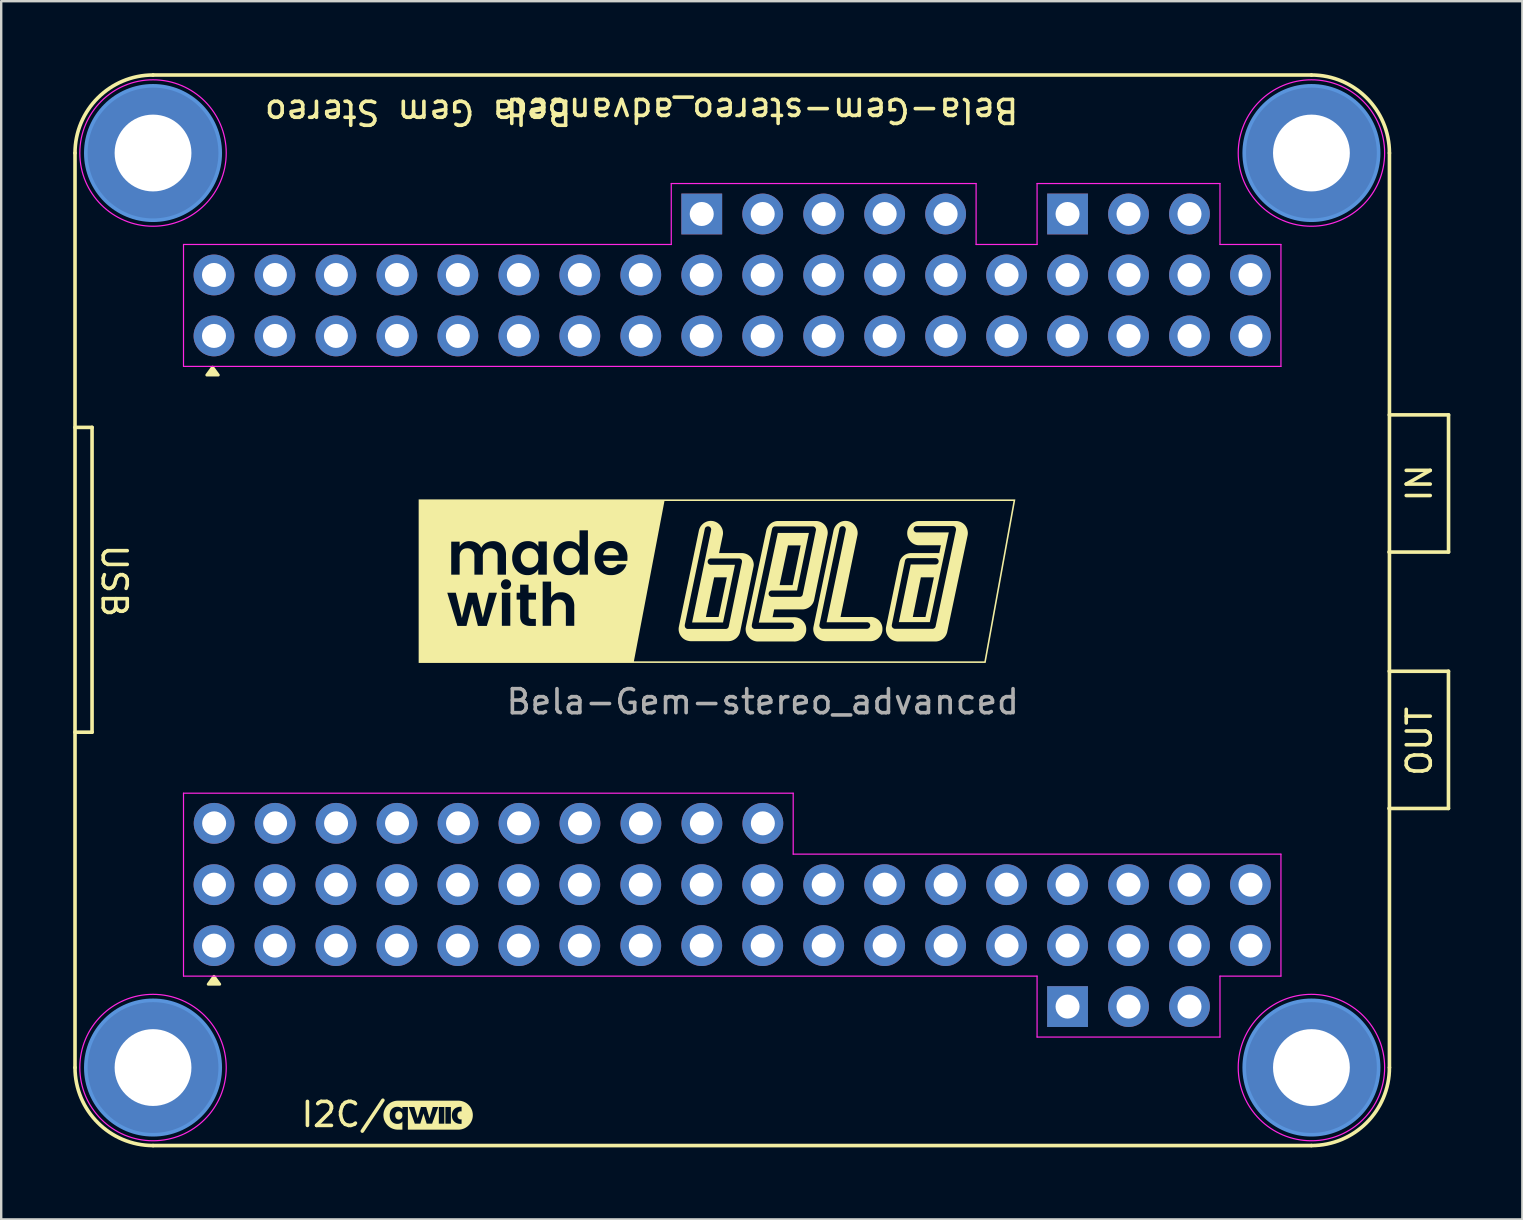
<source format=kicad_pcb>
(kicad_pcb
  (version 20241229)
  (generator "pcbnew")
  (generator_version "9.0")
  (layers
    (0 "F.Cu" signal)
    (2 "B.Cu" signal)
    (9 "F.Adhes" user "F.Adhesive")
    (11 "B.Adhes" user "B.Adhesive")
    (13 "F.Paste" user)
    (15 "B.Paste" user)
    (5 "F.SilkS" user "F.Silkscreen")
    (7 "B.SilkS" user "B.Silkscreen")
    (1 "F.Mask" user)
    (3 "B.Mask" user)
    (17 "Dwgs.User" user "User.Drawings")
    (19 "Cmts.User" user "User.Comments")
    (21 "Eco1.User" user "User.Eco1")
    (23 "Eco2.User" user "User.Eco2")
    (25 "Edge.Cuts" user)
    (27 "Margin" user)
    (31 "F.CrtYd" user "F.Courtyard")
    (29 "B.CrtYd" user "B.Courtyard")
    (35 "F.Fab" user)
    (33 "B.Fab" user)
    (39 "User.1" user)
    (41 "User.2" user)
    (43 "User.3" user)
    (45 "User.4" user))
  (footprint "Bela-Gem-stereo_advanced"
    (layer "F.Cu")
    (at 28.725 21.105)
    (property "Reference" "Bela-Gem-stereo_advanced" (at -0.025 -19.558 180) (unlocked yes) (layer "F.SilkS") (effects (font (size 1 1) (thickness 0.15))))
    (attr through_hole)
    (fp_line (start -28.65 20.32) (end -28.65 -17.78) (stroke (width 0.15) (type default)) (layer "F.SilkS"))
    (fp_line (start -27.94 -6.35) (end -28.65 -6.35) (stroke (width 0.15) (type default)) (layer "F.SilkS"))
    (fp_line (start -27.94 -6.35) (end -27.94 6.35) (stroke (width 0.15) (type default)) (layer "F.SilkS"))
    (fp_line (start -27.94 6.35) (end -28.65 6.35) (stroke (width 0.15) (type default)) (layer "F.SilkS"))
    (fp_line (start 22.86 -21.03) (end -25.4 -21.03) (stroke (width 0.15) (type default)) (layer "F.SilkS"))
    (fp_line (start 22.86 23.57) (end -25.4 23.57) (stroke (width 0.15) (type default)) (layer "F.SilkS"))
    (fp_line (start 26.101 3.81) (end 28.569 3.81) (stroke (width 0.15) (type default)) (layer "F.SilkS"))
    (fp_line (start 26.104 -6.871) (end 28.572 -6.871) (stroke (width 0.15) (type default)) (layer "F.SilkS"))
    (fp_line (start 26.11 20.32) (end 26.11 -17.78) (stroke (width 0.15) (type default)) (layer "F.SilkS"))
    (fp_line (start 28.569 3.81) (end 28.569 9.525) (stroke (width 0.15) (type default)) (layer "F.SilkS"))
    (fp_line (start 28.569 9.525) (end 26.09 9.525) (stroke (width 0.15) (type default)) (layer "F.SilkS"))
    (fp_line (start 28.572 -6.871) (end 28.572 -1.156) (stroke (width 0.15) (type default)) (layer "F.SilkS"))
    (fp_line (start 28.572 -1.156) (end 26.092 -1.156) (stroke (width 0.15) (type default)) (layer "F.SilkS"))
    (fp_arc (start -28.65 -17.78) (mid -27.698097 -20.078097) (end -25.4 -21.03) (stroke (width 0.15) (type default)) (layer "F.SilkS"))
    (fp_arc (start -25.4 23.57) (mid -27.698097 22.618097) (end -28.65 20.32) (stroke (width 0.15) (type default)) (layer "F.SilkS"))
    (fp_arc (start 22.86 -21.03) (mid 25.158097 -20.078097) (end 26.11 -17.78) (stroke (width 0.15) (type default)) (layer "F.SilkS"))
    (fp_arc (start 26.11 20.32) (mid 25.158097 22.618097) (end 22.86 23.57) (stroke (width 0.15) (type default)) (layer "F.SilkS"))
    (fp_poly (pts (xy -22.92 -8.86) (xy -22.68 -8.53) (xy -23.16 -8.53)) (stroke (width 0.12) (type solid)) (fill yes) (layer "F.SilkS"))
    (fp_poly (pts (xy -22.861 16.519) (xy -22.621 16.849) (xy -23.101 16.849)) (stroke (width 0.12) (type solid)) (fill yes) (layer "F.SilkS"))
    (fp_poly (pts (xy -6.337 -1.32) (xy -6.334 -1.32) (xy -6.33 -1.32) (xy -6.326 -1.32) (xy -6.323 -1.319) (xy -6.307 -1.319) (xy -6.291 -1.318) (xy -6.275 -1.317) (xy -6.26 -1.314) (xy -6.244 -1.312) (xy -6.229 -1.308) (xy -6.215 -1.304) (xy -6.2 -1.299) (xy -6.186 -1.294) (xy -6.172 -1.288) (xy -6.159 -1.282) (xy -6.146 -1.275) (xy -6.133 -1.267) (xy -6.121 -1.259) (xy -6.109 -1.25) (xy -6.098 -1.24) (xy -6.087 -1.23) (xy -6.076 -1.219) (xy -6.066 -1.208) (xy -6.057 -1.196) (xy -6.048 -1.183) (xy -6.04 -1.17) (xy -6.033 -1.157) (xy -6.026 -1.143) (xy -6.02 -1.129) (xy -6.014 -1.115) (xy -6.01 -1.1) (xy -6.006 -1.085) (xy -6.003 -1.069) (xy -6 -1.054) (xy -5.999 -1.038) (xy -5.998 -1.022) (xy -6.647 -1.022) (xy -6.645 -1.038) (xy -6.643 -1.053) (xy -6.64 -1.069) (xy -6.636 -1.084) (xy -6.631 -1.098) (xy -6.626 -1.113) (xy -6.62 -1.127) (xy -6.614 -1.141) (xy -6.606 -1.154) (xy -6.599 -1.167) (xy -6.59 -1.18) (xy -6.582 -1.193) (xy -6.572 -1.205) (xy -6.562 -1.217) (xy -6.552 -1.229) (xy -6.541 -1.24) (xy -6.531 -1.248) (xy -6.521 -1.257) (xy -6.51 -1.264) (xy -6.499 -1.272) (xy -6.488 -1.279) (xy -6.477 -1.285) (xy -6.465 -1.291) (xy -6.453 -1.296) (xy -6.441 -1.301) (xy -6.429 -1.306) (xy -6.416 -1.31) (xy -6.404 -1.313) (xy -6.391 -1.316) (xy -6.378 -1.318) (xy -6.365 -1.319) (xy -6.352 -1.32) (xy -6.352 -1.32) (xy -6.349 -1.32) (xy -6.345 -1.32) (xy -6.341 -1.32)) (stroke (width 0) (type solid)) (fill yes) (layer "F.SilkS"))
    (fp_poly (pts (xy -15.152 22.14) (xy -15.144 22.14) (xy -15.136 22.141) (xy -15.128 22.143) (xy -15.121 22.144) (xy -15.114 22.146) (xy -15.107 22.149) (xy -15.1 22.152) (xy -15.093 22.155) (xy -15.086 22.159) (xy -15.08 22.163) (xy -15.074 22.167) (xy -15.068 22.171) (xy -15.063 22.176) (xy -15.058 22.182) (xy -15.052 22.187) (xy -15.048 22.193) (xy -15.043 22.199) (xy -15.039 22.206) (xy -15.035 22.212) (xy -15.031 22.219) (xy -15.028 22.227) (xy -15.025 22.234) (xy -15.022 22.242) (xy -15.019 22.25) (xy -15.017 22.258) (xy -15.015 22.267) (xy -15.014 22.276) (xy -15.013 22.285) (xy -15.012 22.294) (xy -15.011 22.303) (xy -15.011 22.313) (xy -15.011 22.323) (xy -15.012 22.332) (xy -15.013 22.341) (xy -15.014 22.35) (xy -15.015 22.359) (xy -15.017 22.367) (xy -15.019 22.376) (xy -15.022 22.384) (xy -15.025 22.391) (xy -15.028 22.399) (xy -15.031 22.406) (xy -15.035 22.413) (xy -15.039 22.42) (xy -15.043 22.426) (xy -15.048 22.433) (xy -15.052 22.438) (xy -15.058 22.444) (xy -15.063 22.449) (xy -15.068 22.454) (xy -15.074 22.459) (xy -15.08 22.463) (xy -15.086 22.467) (xy -15.093 22.471) (xy -15.1 22.474) (xy -15.107 22.477) (xy -15.114 22.48) (xy -15.121 22.482) (xy -15.128 22.483) (xy -15.136 22.485) (xy -15.144 22.486) (xy -15.152 22.487) (xy -15.16 22.487) (xy -15.169 22.487) (xy -15.177 22.486) (xy -15.185 22.485) (xy -15.193 22.483) (xy -15.2 22.482) (xy -15.208 22.48) (xy -15.215 22.477) (xy -15.222 22.474) (xy -15.229 22.471) (xy -15.235 22.467) (xy -15.242 22.463) (xy -15.248 22.459) (xy -15.253 22.454) (xy -15.259 22.449) (xy -15.264 22.444) (xy -15.269 22.438) (xy -15.274 22.433) (xy -15.279 22.426) (xy -15.283 22.42) (xy -15.287 22.413) (xy -15.291 22.406) (xy -15.294 22.399) (xy -15.297 22.391) (xy -15.3 22.384) (xy -15.303 22.376) (xy -15.305 22.367) (xy -15.307 22.359) (xy -15.308 22.35) (xy -15.309 22.341) (xy -15.31 22.332) (xy -15.311 22.323) (xy -15.311 22.313) (xy -15.311 22.304) (xy -15.31 22.294) (xy -15.309 22.285) (xy -15.308 22.276) (xy -15.307 22.267) (xy -15.305 22.259) (xy -15.303 22.251) (xy -15.3 22.242) (xy -15.297 22.235) (xy -15.294 22.227) (xy -15.291 22.22) (xy -15.287 22.213) (xy -15.283 22.206) (xy -15.279 22.2) (xy -15.274 22.193) (xy -15.269 22.188) (xy -15.264 22.182) (xy -15.259 22.177) (xy -15.253 22.172) (xy -15.248 22.167) (xy -15.242 22.163) (xy -15.235 22.159) (xy -15.229 22.155) (xy -15.222 22.152) (xy -15.215 22.149) (xy -15.208 22.147) (xy -15.2 22.144) (xy -15.193 22.143) (xy -15.185 22.141) (xy -15.177 22.14) (xy -15.169 22.14) (xy -15.16 22.139)) (stroke (width 0) (type solid)) (fill yes) (layer "F.SilkS"))
    (fp_poly (pts (xy -9.697 -1.319) (xy -9.679 -1.317) (xy -9.661 -1.315) (xy -9.643 -1.312) (xy -9.625 -1.308) (xy -9.608 -1.303) (xy -9.591 -1.298) (xy -9.574 -1.291) (xy -9.558 -1.284) (xy -9.542 -1.276) (xy -9.527 -1.267) (xy -9.512 -1.258) (xy -9.498 -1.248) (xy -9.484 -1.237) (xy -9.47 -1.226) (xy -9.458 -1.213) (xy -9.444 -1.198) (xy -9.432 -1.183) (xy -9.42 -1.166) (xy -9.41 -1.149) (xy -9.4 -1.132) (xy -9.391 -1.114) (xy -9.382 -1.096) (xy -9.375 -1.077) (xy -9.369 -1.058) (xy -9.363 -1.038) (xy -9.359 -1.019) (xy -9.355 -0.999) (xy -9.353 -0.978) (xy -9.352 -0.958) (xy -9.351 -0.937) (xy -9.352 -0.916) (xy -9.35 -0.894) (xy -9.349 -0.872) (xy -9.35 -0.85) (xy -9.352 -0.829) (xy -9.354 -0.808) (xy -9.358 -0.788) (xy -9.363 -0.768) (xy -9.369 -0.749) (xy -9.376 -0.73) (xy -9.384 -0.711) (xy -9.393 -0.693) (xy -9.403 -0.676) (xy -9.414 -0.659) (xy -9.425 -0.643) (xy -9.438 -0.627) (xy -9.451 -0.612) (xy -9.464 -0.598) (xy -9.477 -0.586) (xy -9.491 -0.575) (xy -9.505 -0.564) (xy -9.52 -0.555) (xy -9.536 -0.546) (xy -9.551 -0.538) (xy -9.568 -0.531) (xy -9.584 -0.525) (xy -9.601 -0.52) (xy -9.619 -0.516) (xy -9.636 -0.512) (xy -9.654 -0.509) (xy -9.672 -0.507) (xy -9.691 -0.506) (xy -9.709 -0.506) (xy -9.728 -0.506) (xy -9.746 -0.508) (xy -9.764 -0.51) (xy -9.782 -0.513) (xy -9.8 -0.517) (xy -9.817 -0.522) (xy -9.834 -0.528) (xy -9.851 -0.535) (xy -9.867 -0.542) (xy -9.883 -0.551) (xy -9.898 -0.56) (xy -9.913 -0.57) (xy -9.927 -0.581) (xy -9.941 -0.592) (xy -9.954 -0.605) (xy -9.967 -0.618) (xy -9.98 -0.633) (xy -9.993 -0.649) (xy -10.004 -0.665) (xy -10.015 -0.682) (xy -10.025 -0.7) (xy -10.035 -0.718) (xy -10.043 -0.736) (xy -10.051 -0.755) (xy -10.057 -0.774) (xy -10.063 -0.793) (xy -10.068 -0.813) (xy -10.072 -0.833) (xy -10.075 -0.853) (xy -10.078 -0.874) (xy -10.079 -0.895) (xy -10.08 -0.916) (xy -10.08 -0.937) (xy -10.08 -0.958) (xy -10.078 -0.978) (xy -10.076 -0.999) (xy -10.073 -1.019) (xy -10.068 -1.038) (xy -10.063 -1.058) (xy -10.056 -1.077) (xy -10.049 -1.096) (xy -10.041 -1.114) (xy -10.032 -1.132) (xy -10.022 -1.149) (xy -10.011 -1.166) (xy -9.999 -1.183) (xy -9.987 -1.198) (xy -9.974 -1.213) (xy -9.961 -1.226) (xy -9.948 -1.237) (xy -9.934 -1.248) (xy -9.919 -1.258) (xy -9.905 -1.267) (xy -9.889 -1.276) (xy -9.873 -1.284) (xy -9.857 -1.291) (xy -9.84 -1.298) (xy -9.823 -1.303) (xy -9.806 -1.308) (xy -9.789 -1.312) (xy -9.771 -1.315) (xy -9.753 -1.317) (xy -9.734 -1.319) (xy -9.716 -1.319)) (stroke (width 0) (type solid)) (fill yes) (layer "F.SilkS"))
    (fp_poly (pts (xy -7.984 -1.319) (xy -7.966 -1.317) (xy -7.948 -1.315) (xy -7.93 -1.312) (xy -7.912 -1.308) (xy -7.895 -1.303) (xy -7.878 -1.298) (xy -7.861 -1.291) (xy -7.845 -1.284) (xy -7.829 -1.276) (xy -7.814 -1.267) (xy -7.799 -1.258) (xy -7.784 -1.248) (xy -7.771 -1.237) (xy -7.757 -1.226) (xy -7.745 -1.213) (xy -7.731 -1.198) (xy -7.719 -1.183) (xy -7.707 -1.166) (xy -7.695 -1.149) (xy -7.685 -1.132) (xy -7.675 -1.114) (xy -7.667 -1.096) (xy -7.659 -1.077) (xy -7.652 -1.058) (xy -7.646 -1.038) (xy -7.641 -1.019) (xy -7.637 -0.999) (xy -7.634 -0.978) (xy -7.632 -0.958) (xy -7.631 -0.937) (xy -7.632 -0.916) (xy -7.631 -0.894) (xy -7.632 -0.872) (xy -7.633 -0.85) (xy -7.636 -0.829) (xy -7.639 -0.808) (xy -7.644 -0.788) (xy -7.649 -0.768) (xy -7.656 -0.748) (xy -7.664 -0.729) (xy -7.672 -0.71) (xy -7.682 -0.691) (xy -7.693 -0.673) (xy -7.704 -0.655) (xy -7.717 -0.638) (xy -7.73 -0.621) (xy -7.745 -0.605) (xy -7.757 -0.592) (xy -7.771 -0.58) (xy -7.784 -0.568) (xy -7.799 -0.558) (xy -7.814 -0.548) (xy -7.829 -0.54) (xy -7.845 -0.532) (xy -7.861 -0.525) (xy -7.878 -0.519) (xy -7.895 -0.513) (xy -7.912 -0.509) (xy -7.93 -0.505) (xy -7.948 -0.503) (xy -7.966 -0.501) (xy -7.984 -0.499) (xy -8.002 -0.499) (xy -8.021 -0.5) (xy -8.039 -0.501) (xy -8.057 -0.503) (xy -8.075 -0.506) (xy -8.093 -0.511) (xy -8.11 -0.515) (xy -8.127 -0.521) (xy -8.143 -0.528) (xy -8.159 -0.536) (xy -8.174 -0.544) (xy -8.189 -0.553) (xy -8.203 -0.563) (xy -8.217 -0.574) (xy -8.23 -0.586) (xy -8.242 -0.598) (xy -8.254 -0.612) (xy -8.268 -0.627) (xy -8.282 -0.643) (xy -8.294 -0.659) (xy -8.306 -0.676) (xy -8.316 -0.693) (xy -8.326 -0.711) (xy -8.335 -0.729) (xy -8.342 -0.748) (xy -8.349 -0.767) (xy -8.355 -0.787) (xy -8.359 -0.806) (xy -8.363 -0.826) (xy -8.365 -0.847) (xy -8.367 -0.867) (xy -8.367 -0.888) (xy -8.366 -0.909) (xy -8.367 -0.93) (xy -8.367 -0.951) (xy -8.365 -0.972) (xy -8.363 -0.992) (xy -8.359 -1.012) (xy -8.355 -1.032) (xy -8.35 -1.051) (xy -8.343 -1.07) (xy -8.336 -1.089) (xy -8.328 -1.107) (xy -8.319 -1.125) (xy -8.309 -1.143) (xy -8.298 -1.16) (xy -8.286 -1.176) (xy -8.274 -1.192) (xy -8.26 -1.207) (xy -8.248 -1.22) (xy -8.234 -1.233) (xy -8.221 -1.244) (xy -8.206 -1.255) (xy -8.191 -1.265) (xy -8.176 -1.274) (xy -8.16 -1.283) (xy -8.144 -1.29) (xy -8.127 -1.297) (xy -8.11 -1.303) (xy -8.093 -1.308) (xy -8.075 -1.312) (xy -8.057 -1.315) (xy -8.039 -1.317) (xy -8.021 -1.319) (xy -8.002 -1.319)) (stroke (width 0) (type solid)) (fill yes) (layer "F.SilkS"))
    (fp_poly (pts (xy 3.477 -2.454) (xy 3.502 -2.452) (xy 3.528 -2.449) (xy 3.553 -2.444) (xy 3.578 -2.438) (xy 3.603 -2.43) (xy 3.627 -2.422) (xy 3.65 -2.412) (xy 3.673 -2.401) (xy 3.695 -2.389) (xy 3.716 -2.377) (xy 3.737 -2.363) (xy 3.757 -2.348) (xy 3.776 -2.332) (xy 3.794 -2.316) (xy 3.811 -2.299) (xy 3.828 -2.281) (xy 3.844 -2.262) (xy 3.858 -2.242) (xy 3.872 -2.222) (xy 3.885 -2.201) (xy 3.897 -2.18) (xy 3.908 -2.158) (xy 3.918 -2.136) (xy 3.926 -2.113) (xy 3.934 -2.09) (xy 3.94 -2.066) (xy 3.946 -2.042) (xy 3.95 -2.018) (xy 3.953 -1.993) (xy 3.954 -1.968) (xy 3.955 -1.943) (xy 3.954 -1.918) (xy 3.952 -1.893) (xy 3.948 -1.867) (xy 3.943 -1.842) (xy 3.242 1.551) (xy 4.466 1.551) (xy 4.469 1.551) (xy 4.472 1.551) (xy 4.476 1.551) (xy 4.478 1.551) (xy 4.48 1.551) (xy 4.482 1.55) (xy 4.484 1.55) (xy 4.487 1.549) (xy 4.489 1.549) (xy 4.492 1.548) (xy 4.494 1.547) (xy 4.497 1.546) (xy 4.499 1.545) (xy 4.525 1.546) (xy 4.55 1.549) (xy 4.576 1.553) (xy 4.6 1.558) (xy 4.625 1.564) (xy 4.648 1.572) (xy 4.672 1.58) (xy 4.695 1.59) (xy 4.717 1.601) (xy 4.738 1.613) (xy 4.759 1.626) (xy 4.779 1.64) (xy 4.799 1.655) (xy 4.818 1.67) (xy 4.836 1.687) (xy 4.853 1.704) (xy 4.869 1.723) (xy 4.885 1.742) (xy 4.899 1.761) (xy 4.913 1.782) (xy 4.925 1.803) (xy 4.937 1.824) (xy 4.947 1.847) (xy 4.957 1.869) (xy 4.965 1.893) (xy 4.972 1.917) (xy 4.978 1.941) (xy 4.983 1.965) (xy 4.986 1.99) (xy 4.988 2.016) (xy 4.989 2.041) (xy 4.988 2.067) (xy 4.987 2.093) (xy 4.985 2.119) (xy 4.981 2.144) (xy 4.976 2.169) (xy 4.969 2.193) (xy 4.962 2.217) (xy 4.953 2.24) (xy 4.943 2.263) (xy 4.932 2.285) (xy 4.92 2.307) (xy 4.907 2.328) (xy 4.893 2.348) (xy 4.879 2.367) (xy 4.863 2.386) (xy 4.846 2.404) (xy 4.829 2.421) (xy 4.811 2.438) (xy 4.792 2.453) (xy 4.772 2.467) (xy 4.752 2.481) (xy 4.731 2.494) (xy 4.709 2.505) (xy 4.687 2.516) (xy 4.664 2.525) (xy 4.641 2.533) (xy 4.617 2.54) (xy 4.593 2.546) (xy 4.568 2.551) (xy 4.543 2.554) (xy 4.518 2.557) (xy 4.492 2.557) (xy 4.466 2.557) (xy 2.614 2.557) (xy 2.606 2.557) (xy 2.599 2.557) (xy 2.592 2.556) (xy 2.585 2.556) (xy 2.572 2.554) (xy 2.558 2.553) (xy 2.546 2.551) (xy 2.533 2.548) (xy 2.508 2.544) (xy 2.483 2.538) (xy 2.458 2.531) (xy 2.434 2.523) (xy 2.411 2.514) (xy 2.388 2.504) (xy 2.366 2.492) (xy 2.345 2.48) (xy 2.324 2.466) (xy 2.304 2.452) (xy 2.285 2.437) (xy 2.267 2.421) (xy 2.25 2.403) (xy 2.233 2.386) (xy 2.217 2.367) (xy 2.203 2.348) (xy 2.189 2.328) (xy 2.176 2.307) (xy 2.164 2.286) (xy 2.153 2.264) (xy 2.144 2.242) (xy 2.135 2.219) (xy 2.127 2.196) (xy 2.121 2.172) (xy 2.115 2.148) (xy 2.111 2.124) (xy 2.108 2.099) (xy 2.107 2.075) (xy 2.106 2.05) (xy 2.107 2.024) (xy 2.109 1.999) (xy 2.113 1.974) (xy 2.118 1.948) (xy 2.127 1.905) (xy 2.36 1.905) (xy 2.36 1.913) (xy 2.361 1.92) (xy 2.362 1.927) (xy 2.363 1.934) (xy 2.365 1.941) (xy 2.367 1.948) (xy 2.37 1.955) (xy 2.373 1.962) (xy 2.376 1.969) (xy 2.38 1.975) (xy 2.384 1.982) (xy 2.389 1.988) (xy 2.394 1.994) (xy 2.399 2) (xy 2.405 2.005) (xy 2.411 2.01) (xy 2.417 2.015) (xy 2.424 2.019) (xy 2.43 2.023) (xy 2.437 2.027) (xy 2.444 2.03) (xy 2.451 2.033) (xy 2.458 2.035) (xy 2.465 2.037) (xy 2.473 2.039) (xy 2.48 2.04) (xy 2.487 2.041) (xy 2.495 2.041) (xy 4.34 2.041) (xy 4.347 2.041) (xy 4.354 2.04) (xy 4.361 2.039) (xy 4.367 2.038) (xy 4.374 2.036) (xy 4.38 2.034) (xy 4.386 2.032) (xy 4.393 2.029) (xy 4.399 2.027) (xy 4.405 2.023) (xy 4.411 2.02) (xy 4.416 2.016) (xy 4.422 2.012) (xy 4.427 2.008) (xy 4.432 2.003) (xy 4.437 1.999) (xy 4.442 1.994) (xy 4.446 1.989) (xy 4.45 1.983) (xy 4.454 1.978) (xy 4.458 1.972) (xy 4.462 1.966) (xy 4.465 1.96) (xy 4.468 1.954) (xy 4.47 1.948) (xy 4.473 1.942) (xy 4.475 1.935) (xy 4.476 1.929) (xy 4.477 1.922) (xy 4.478 1.916) (xy 4.479 1.909) (xy 4.479 1.902) (xy 4.479 1.895) (xy 4.478 1.889) (xy 4.478 1.882) (xy 4.476 1.875) (xy 4.475 1.869) (xy 4.473 1.863) (xy 4.471 1.857) (xy 4.469 1.851) (xy 4.466 1.845) (xy 4.463 1.839) (xy 4.46 1.834) (xy 4.456 1.828) (xy 4.453 1.823) (xy 4.449 1.818) (xy 4.445 1.813) (xy 4.44 1.809) (xy 4.436 1.804) (xy 4.431 1.8) (xy 4.426 1.796) (xy 4.421 1.792) (xy 4.415 1.789) (xy 4.41 1.786) (xy 4.404 1.783) (xy 4.398 1.78) (xy 4.392 1.778) (xy 4.386 1.776) (xy 4.38 1.774) (xy 4.373 1.772) (xy 4.367 1.771) (xy 4.36 1.77) (xy 4.354 1.77) (xy 4.347 1.77) (xy 2.66 1.77) (xy 3.461 -2.073) (xy 3.462 -2.08) (xy 3.462 -2.087) (xy 3.463 -2.094) (xy 3.463 -2.101) (xy 3.462 -2.107) (xy 3.462 -2.114) (xy 3.461 -2.121) (xy 3.46 -2.127) (xy 3.458 -2.133) (xy 3.456 -2.14) (xy 3.454 -2.146) (xy 3.452 -2.152) (xy 3.449 -2.158) (xy 3.446 -2.164) (xy 3.443 -2.17) (xy 3.44 -2.175) (xy 3.436 -2.18) (xy 3.432 -2.186) (xy 3.428 -2.191) (xy 3.424 -2.195) (xy 3.419 -2.2) (xy 3.414 -2.204) (xy 3.409 -2.208) (xy 3.404 -2.212) (xy 3.398 -2.216) (xy 3.393 -2.219) (xy 3.387 -2.222) (xy 3.381 -2.225) (xy 3.374 -2.227) (xy 3.368 -2.229) (xy 3.361 -2.231) (xy 3.355 -2.232) (xy 3.348 -2.233) (xy 3.341 -2.234) (xy 3.334 -2.234) (xy 3.328 -2.234) (xy 3.321 -2.234) (xy 3.314 -2.234) (xy 3.308 -2.233) (xy 3.301 -2.231) (xy 3.295 -2.23) (xy 3.288 -2.228) (xy 3.282 -2.226) (xy 3.276 -2.224) (xy 3.27 -2.221) (xy 3.264 -2.218) (xy 3.259 -2.215) (xy 3.253 -2.211) (xy 3.248 -2.208) (xy 3.243 -2.204) (xy 3.238 -2.2) (xy 3.233 -2.195) (xy 3.228 -2.191) (xy 3.224 -2.186) (xy 3.22 -2.181) (xy 3.216 -2.175) (xy 3.213 -2.17) (xy 3.209 -2.164) (xy 3.206 -2.158) (xy 3.204 -2.152) (xy 3.201 -2.146) (xy 3.199 -2.14) (xy 3.197 -2.133) (xy 3.196 -2.126) (xy 2.363 1.876) (xy 2.361 1.883) (xy 2.361 1.89) (xy 2.36 1.898) (xy 2.36 1.905) (xy 2.127 1.905) (xy 2.951 -2.054) (xy 2.957 -2.079) (xy 2.965 -2.103) (xy 2.973 -2.127) (xy 2.983 -2.151) (xy 2.994 -2.173) (xy 3.006 -2.195) (xy 3.018 -2.217) (xy 3.032 -2.237) (xy 3.047 -2.257) (xy 3.063 -2.276) (xy 3.079 -2.294) (xy 3.096 -2.312) (xy 3.114 -2.328) (xy 3.133 -2.344) (xy 3.153 -2.359) (xy 3.173 -2.373) (xy 3.194 -2.386) (xy 3.215 -2.397) (xy 3.237 -2.408) (xy 3.259 -2.418) (xy 3.282 -2.427) (xy 3.305 -2.434) (xy 3.329 -2.441) (xy 3.353 -2.446) (xy 3.377 -2.45) (xy 3.402 -2.453) (xy 3.427 -2.455) (xy 3.452 -2.455)) (stroke (width 0) (type solid)) (fill yes) (layer "F.SilkS"))
    (fp_poly (pts (xy -2.132 -2.454) (xy -2.107 -2.452) (xy -2.081 -2.449) (xy -2.056 -2.444) (xy -2.031 -2.438) (xy -2.006 -2.43) (xy -1.982 -2.422) (xy -1.959 -2.412) (xy -1.936 -2.401) (xy -1.914 -2.389) (xy -1.893 -2.377) (xy -1.872 -2.363) (xy -1.852 -2.348) (xy -1.833 -2.332) (xy -1.815 -2.316) (xy -1.798 -2.299) (xy -1.781 -2.281) (xy -1.765 -2.262) (xy -1.751 -2.242) (xy -1.737 -2.222) (xy -1.724 -2.201) (xy -1.712 -2.18) (xy -1.701 -2.158) (xy -1.692 -2.136) (xy -1.683 -2.113) (xy -1.675 -2.09) (xy -1.669 -2.066) (xy -1.664 -2.042) (xy -1.659 -2.018) (xy -1.656 -1.993) (xy -1.655 -1.968) (xy -1.654 -1.943) (xy -1.655 -1.918) (xy -1.657 -1.893) (xy -1.661 -1.867) (xy -1.666 -1.842) (xy -1.818 -1.114) (xy -0.879 -1.114) (xy -0.85 -1.114) (xy -0.822 -1.111) (xy -0.794 -1.107) (xy -0.766 -1.102) (xy -0.739 -1.095) (xy -0.712 -1.087) (xy -0.686 -1.077) (xy -0.66 -1.066) (xy -0.635 -1.054) (xy -0.611 -1.04) (xy -0.587 -1.025) (xy -0.564 -1.008) (xy -0.542 -0.99) (xy -0.521 -0.971) (xy -0.501 -0.951) (xy -0.482 -0.929) (xy -0.482 -0.929) (xy -0.465 -0.906) (xy -0.45 -0.883) (xy -0.435 -0.859) (xy -0.423 -0.834) (xy -0.411 -0.809) (xy -0.401 -0.784) (xy -0.393 -0.758) (xy -0.386 -0.731) (xy -0.38 -0.705) (xy -0.377 -0.678) (xy -0.374 -0.652) (xy -0.374 -0.625) (xy -0.375 -0.598) (xy -0.378 -0.572) (xy -0.383 -0.545) (xy -0.389 -0.519) (xy -0.938 2.153) (xy -0.943 2.175) (xy -0.949 2.196) (xy -0.955 2.217) (xy -0.963 2.237) (xy -0.971 2.257) (xy -0.981 2.277) (xy -0.991 2.296) (xy -1.002 2.314) (xy -1.013 2.332) (xy -1.026 2.349) (xy -1.053 2.383) (xy -1.082 2.414) (xy -1.114 2.442) (xy -1.149 2.467) (xy -1.185 2.49) (xy -1.223 2.51) (xy -1.243 2.519) (xy -1.263 2.526) (xy -1.283 2.533) (xy -1.304 2.539) (xy -1.325 2.545) (xy -1.346 2.549) (xy -1.368 2.552) (xy -1.39 2.555) (xy -1.412 2.556) (xy -1.434 2.557) (xy -2.995 2.557) (xy -3.003 2.557) (xy -3.01 2.557) (xy -3.017 2.556) (xy -3.024 2.556) (xy -3.038 2.554) (xy -3.051 2.553) (xy -3.064 2.551) (xy -3.076 2.548) (xy -3.101 2.544) (xy -3.126 2.538) (xy -3.151 2.531) (xy -3.175 2.523) (xy -3.198 2.514) (xy -3.221 2.504) (xy -3.243 2.492) (xy -3.264 2.48) (xy -3.285 2.466) (xy -3.305 2.452) (xy -3.324 2.437) (xy -3.342 2.421) (xy -3.36 2.403) (xy -3.376 2.386) (xy -3.392 2.367) (xy -3.406 2.348) (xy -3.42 2.328) (xy -3.433 2.307) (xy -3.445 2.286) (xy -3.456 2.264) (xy -3.466 2.242) (xy -3.474 2.219) (xy -3.482 2.196) (xy -3.488 2.172) (xy -3.494 2.148) (xy -3.498 2.124) (xy -3.501 2.099) (xy -3.502 2.075) (xy -3.503 2.05) (xy -3.502 2.024) (xy -3.5 1.999) (xy -3.496 1.974) (xy -3.491 1.948) (xy -3.478 1.882) (xy -3.247 1.882) (xy -3.247 1.915) (xy -3.246 1.923) (xy -3.246 1.93) (xy -3.245 1.937) (xy -3.244 1.944) (xy -3.242 1.95) (xy -3.241 1.957) (xy -3.239 1.963) (xy -3.236 1.969) (xy -3.234 1.975) (xy -3.231 1.981) (xy -3.227 1.987) (xy -3.224 1.992) (xy -3.22 1.997) (xy -3.216 2.002) (xy -3.212 2.007) (xy -3.208 2.011) (xy -3.203 2.015) (xy -3.198 2.019) (xy -3.193 2.023) (xy -3.188 2.027) (xy -3.183 2.03) (xy -3.177 2.033) (xy -3.172 2.036) (xy -3.166 2.038) (xy -3.16 2.04) (xy -3.154 2.042) (xy -3.147 2.044) (xy -3.141 2.045) (xy -3.134 2.046) (xy -3.128 2.047) (xy -3.121 2.047) (xy -3.114 2.047) (xy -1.547 2.047) (xy -1.541 2.047) (xy -1.534 2.047) (xy -1.528 2.046) (xy -1.523 2.046) (xy -1.517 2.045) (xy -1.511 2.043) (xy -1.505 2.042) (xy -1.5 2.04) (xy -1.495 2.038) (xy -1.489 2.036) (xy -1.484 2.034) (xy -1.479 2.031) (xy -1.474 2.029) (xy -1.47 2.026) (xy -1.465 2.023) (xy -1.461 2.019) (xy -1.456 2.016) (xy -1.452 2.012) (xy -1.448 2.008) (xy -1.445 2.004) (xy -1.441 2) (xy -1.438 1.996) (xy -1.434 1.991) (xy -1.431 1.986) (xy -1.429 1.981) (xy -1.426 1.976) (xy -1.423 1.971) (xy -1.421 1.965) (xy -1.419 1.96) (xy -1.417 1.954) (xy -1.416 1.948) (xy -1.414 1.942) (xy -0.865 -0.731) (xy -0.865 -0.731) (xy -0.864 -0.738) (xy -0.864 -0.745) (xy -0.863 -0.753) (xy -0.863 -0.76) (xy -0.863 -0.768) (xy -0.864 -0.775) (xy -0.864 -0.782) (xy -0.865 -0.789) (xy -0.867 -0.796) (xy -0.869 -0.803) (xy -0.871 -0.81) (xy -0.873 -0.817) (xy -0.875 -0.824) (xy -0.878 -0.83) (xy -0.882 -0.837) (xy -0.885 -0.843) (xy -0.89 -0.848) (xy -0.896 -0.853) (xy -0.901 -0.857) (xy -0.907 -0.861) (xy -0.914 -0.866) (xy -0.92 -0.869) (xy -0.926 -0.873) (xy -0.933 -0.876) (xy -0.94 -0.879) (xy -0.947 -0.882) (xy -0.954 -0.884) (xy -0.962 -0.886) (xy -0.969 -0.887) (xy -0.976 -0.888) (xy -0.984 -0.889) (xy -0.991 -0.889) (xy -2.162 -0.889) (xy -2.169 -0.889) (xy -2.175 -0.889) (xy -2.182 -0.888) (xy -2.188 -0.887) (xy -2.195 -0.885) (xy -2.201 -0.883) (xy -2.207 -0.881) (xy -2.213 -0.879) (xy -2.219 -0.876) (xy -2.225 -0.873) (xy -2.23 -0.87) (xy -2.236 -0.867) (xy -2.241 -0.863) (xy -2.246 -0.859) (xy -2.251 -0.855) (xy -2.255 -0.851) (xy -2.26 -0.846) (xy -2.264 -0.841) (xy -2.268 -0.836) (xy -2.271 -0.831) (xy -2.275 -0.826) (xy -2.278 -0.82) (xy -2.281 -0.814) (xy -2.284 -0.808) (xy -2.286 -0.802) (xy -2.288 -0.796) (xy -2.29 -0.79) (xy -2.291 -0.784) (xy -2.293 -0.777) (xy -2.293 -0.771) (xy -2.294 -0.764) (xy -2.294 -0.757) (xy -2.294 -0.75) (xy -2.293 -0.744) (xy -2.293 -0.737) (xy -2.291 -0.731) (xy -2.29 -0.724) (xy -2.288 -0.718) (xy -2.286 -0.712) (xy -2.284 -0.706) (xy -2.281 -0.7) (xy -2.278 -0.694) (xy -2.275 -0.689) (xy -2.271 -0.683) (xy -2.268 -0.678) (xy -2.264 -0.673) (xy -2.26 -0.668) (xy -2.255 -0.664) (xy -2.251 -0.659) (xy -2.246 -0.655) (xy -2.241 -0.651) (xy -2.236 -0.647) (xy -2.23 -0.644) (xy -2.225 -0.641) (xy -2.219 -0.638) (xy -2.213 -0.635) (xy -2.207 -0.633) (xy -2.201 -0.631) (xy -2.195 -0.629) (xy -2.188 -0.627) (xy -2.182 -0.626) (xy -2.175 -0.625) (xy -2.169 -0.625) (xy -2.162 -0.625) (xy -1.156 -0.625) (xy -1.653 1.776) (xy -2.942 1.776) (xy -2.896 1.551) (xy -2.367 1.551) (xy -1.838 1.551) (xy -1.494 -0.102) (xy -2.023 -0.102) (xy -2.367 1.551) (xy -2.896 1.551) (xy -2.149 -2.067) (xy -2.148 -2.074) (xy -2.147 -2.08) (xy -2.146 -2.087) (xy -2.146 -2.094) (xy -2.147 -2.101) (xy -2.147 -2.107) (xy -2.148 -2.114) (xy -2.149 -2.12) (xy -2.151 -2.127) (xy -2.153 -2.133) (xy -2.155 -2.139) (xy -2.157 -2.145) (xy -2.16 -2.151) (xy -2.163 -2.157) (xy -2.166 -2.163) (xy -2.169 -2.168) (xy -2.173 -2.174) (xy -2.177 -2.179) (xy -2.181 -2.184) (xy -2.186 -2.189) (xy -2.19 -2.193) (xy -2.195 -2.197) (xy -2.2 -2.202) (xy -2.205 -2.205) (xy -2.211 -2.209) (xy -2.217 -2.212) (xy -2.222 -2.215) (xy -2.228 -2.218) (xy -2.235 -2.22) (xy -2.241 -2.222) (xy -2.248 -2.224) (xy -2.254 -2.226) (xy -2.261 -2.227) (xy -2.268 -2.227) (xy -2.275 -2.228) (xy -2.282 -2.228) (xy -2.288 -2.227) (xy -2.295 -2.227) (xy -2.302 -2.226) (xy -2.308 -2.225) (xy -2.315 -2.223) (xy -2.321 -2.221) (xy -2.327 -2.219) (xy -2.333 -2.217) (xy -2.339 -2.214) (xy -2.345 -2.211) (xy -2.351 -2.208) (xy -2.356 -2.205) (xy -2.362 -2.201) (xy -2.367 -2.197) (xy -2.372 -2.193) (xy -2.376 -2.189) (xy -2.381 -2.184) (xy -2.385 -2.179) (xy -2.389 -2.174) (xy -2.393 -2.169) (xy -2.397 -2.163) (xy -2.4 -2.158) (xy -2.403 -2.152) (xy -2.406 -2.146) (xy -2.408 -2.139) (xy -2.41 -2.133) (xy -2.412 -2.126) (xy -2.413 -2.12) (xy -3.247 1.882) (xy -3.478 1.882) (xy -2.658 -2.054) (xy -2.652 -2.079) (xy -2.644 -2.103) (xy -2.636 -2.127) (xy -2.626 -2.151) (xy -2.615 -2.173) (xy -2.604 -2.195) (xy -2.591 -2.217) (xy -2.577 -2.237) (xy -2.562 -2.257) (xy -2.547 -2.276) (xy -2.53 -2.294) (xy -2.513 -2.312) (xy -2.495 -2.328) (xy -2.476 -2.344) (xy -2.457 -2.359) (xy -2.436 -2.373) (xy -2.416 -2.386) (xy -2.394 -2.397) (xy -2.372 -2.408) (xy -2.35 -2.418) (xy -2.327 -2.427) (xy -2.304 -2.434) (xy -2.28 -2.441) (xy -2.256 -2.446) (xy -2.232 -2.45) (xy -2.207 -2.453) (xy -2.182 -2.455) (xy -2.157 -2.455)) (stroke (width 0) (type solid)) (fill yes) (layer "F.SilkS"))
    (fp_poly (pts (xy -12.65 21.701) (xy -12.619 21.703) (xy -12.589 21.707) (xy -12.559 21.712) (xy -12.53 21.719) (xy -12.501 21.727) (xy -12.473 21.737) (xy -12.446 21.747) (xy -12.419 21.76) (xy -12.393 21.773) (xy -12.368 21.787) (xy -12.343 21.803) (xy -12.32 21.82) (xy -12.297 21.838) (xy -12.275 21.857) (xy -12.254 21.877) (xy -12.234 21.898) (xy -12.215 21.92) (xy -12.197 21.943) (xy -12.18 21.966) (xy -12.165 21.991) (xy -12.15 22.016) (xy -12.137 22.042) (xy -12.125 22.069) (xy -12.114 22.096) (xy -12.104 22.124) (xy -12.096 22.153) (xy -12.09 22.182) (xy -12.084 22.212) (xy -12.08 22.242) (xy -12.078 22.273) (xy -12.077 22.304) (xy -12.077 22.304) (xy -12.078 22.335) (xy -12.08 22.365) (xy -12.084 22.396) (xy -12.09 22.425) (xy -12.096 22.455) (xy -12.104 22.483) (xy -12.114 22.511) (xy -12.125 22.539) (xy -12.137 22.565) (xy -12.15 22.592) (xy -12.165 22.617) (xy -12.18 22.641) (xy -12.197 22.665) (xy -12.215 22.688) (xy -12.234 22.71) (xy -12.254 22.731) (xy -12.275 22.751) (xy -12.297 22.77) (xy -12.32 22.788) (xy -12.343 22.804) (xy -12.368 22.82) (xy -12.393 22.835) (xy -12.419 22.848) (xy -12.446 22.86) (xy -12.473 22.871) (xy -12.501 22.88) (xy -12.53 22.888) (xy -12.559 22.895) (xy -12.589 22.9) (xy -12.619 22.904) (xy -12.65 22.907) (xy -12.681 22.907) (xy -14.782 22.907) (xy -14.782 21.962) (xy -14.746 21.962) (xy -14.493 22.658) (xy -14.266 22.658) (xy -14.132 22.228) (xy -14 22.658) (xy -13.774 22.658) (xy -13.493 22.658) (xy -13.265 22.658) (xy -13.219 22.658) (xy -12.991 22.658) (xy -12.991 22.313) (xy -12.95 22.313) (xy -12.95 22.333) (xy -12.949 22.352) (xy -12.946 22.371) (xy -12.944 22.389) (xy -12.94 22.407) (xy -12.936 22.424) (xy -12.93 22.441) (xy -12.925 22.458) (xy -12.918 22.474) (xy -12.91 22.489) (xy -12.902 22.504) (xy -12.894 22.518) (xy -12.884 22.532) (xy -12.874 22.545) (xy -12.863 22.557) (xy -12.852 22.569) (xy -12.84 22.58) (xy -12.827 22.591) (xy -12.814 22.601) (xy -12.8 22.61) (xy -12.786 22.619) (xy -12.771 22.627) (xy -12.755 22.634) (xy -12.739 22.64) (xy -12.722 22.646) (xy -12.705 22.651) (xy -12.688 22.656) (xy -12.67 22.659) (xy -12.651 22.662) (xy -12.632 22.664) (xy -12.612 22.665) (xy -12.593 22.666) (xy -12.586 22.666) (xy -12.58 22.665) (xy -12.575 22.665) (xy -12.569 22.665) (xy -12.563 22.665) (xy -12.557 22.664) (xy -12.545 22.663) (xy -12.545 22.477) (xy -12.55 22.478) (xy -12.554 22.478) (xy -12.558 22.479) (xy -12.563 22.479) (xy -12.567 22.48) (xy -12.572 22.48) (xy -12.576 22.48) (xy -12.581 22.48) (xy -12.589 22.48) (xy -12.596 22.48) (xy -12.603 22.479) (xy -12.611 22.477) (xy -12.618 22.476) (xy -12.624 22.473) (xy -12.631 22.471) (xy -12.637 22.468) (xy -12.644 22.465) (xy -12.65 22.462) (xy -12.655 22.458) (xy -12.661 22.454) (xy -12.666 22.449) (xy -12.672 22.445) (xy -12.677 22.44) (xy -12.681 22.434) (xy -12.686 22.428) (xy -12.69 22.423) (xy -12.694 22.416) (xy -12.698 22.41) (xy -12.701 22.403) (xy -12.704 22.396) (xy -12.707 22.389) (xy -12.71 22.381) (xy -12.712 22.373) (xy -12.714 22.365) (xy -12.716 22.357) (xy -12.717 22.348) (xy -12.719 22.33) (xy -12.72 22.312) (xy -12.72 22.302) (xy -12.719 22.293) (xy -12.718 22.284) (xy -12.717 22.276) (xy -12.716 22.267) (xy -12.714 22.259) (xy -12.712 22.251) (xy -12.71 22.243) (xy -12.707 22.236) (xy -12.704 22.228) (xy -12.701 22.221) (xy -12.698 22.214) (xy -12.694 22.208) (xy -12.69 22.202) (xy -12.686 22.196) (xy -12.681 22.19) (xy -12.677 22.184) (xy -12.672 22.179) (xy -12.666 22.175) (xy -12.661 22.17) (xy -12.655 22.166) (xy -12.65 22.162) (xy -12.644 22.159) (xy -12.637 22.155) (xy -12.631 22.153) (xy -12.624 22.15) (xy -12.618 22.148) (xy -12.611 22.146) (xy -12.603 22.145) (xy -12.596 22.144) (xy -12.589 22.143) (xy -12.581 22.143) (xy -12.576 22.143) (xy -12.572 22.143) (xy -12.567 22.144) (xy -12.563 22.144) (xy -12.558 22.145) (xy -12.554 22.145) (xy -12.55 22.146) (xy -12.545 22.147) (xy -12.545 21.956) (xy -12.556 21.955) (xy -12.562 21.955) (xy -12.567 21.955) (xy -12.573 21.954) (xy -12.579 21.954) (xy -12.584 21.954) (xy -12.59 21.954) (xy -12.61 21.955) (xy -12.63 21.956) (xy -12.649 21.958) (xy -12.667 21.961) (xy -12.686 21.964) (xy -12.703 21.969) (xy -12.721 21.974) (xy -12.737 21.98) (xy -12.754 21.986) (xy -12.769 21.994) (xy -12.784 22.002) (xy -12.799 22.011) (xy -12.813 22.02) (xy -12.826 22.03) (xy -12.839 22.041) (xy -12.851 22.053) (xy -12.863 22.065) (xy -12.873 22.077) (xy -12.884 22.091) (xy -12.893 22.104) (xy -12.902 22.119) (xy -12.91 22.134) (xy -12.918 22.15) (xy -12.924 22.166) (xy -12.93 22.182) (xy -12.935 22.2) (xy -12.94 22.217) (xy -12.944 22.236) (xy -12.946 22.254) (xy -12.949 22.273) (xy -12.95 22.293) (xy -12.95 22.313) (xy -12.991 22.313) (xy -12.991 21.962) (xy -13.219 21.962) (xy -13.219 22.658) (xy -13.265 22.658) (xy -13.265 21.962) (xy -13.493 21.962) (xy -13.493 22.658) (xy -13.774 22.658) (xy -13.519 21.962) (xy -13.743 21.962) (xy -13.882 22.433) (xy -14.019 21.962) (xy -14.238 21.962) (xy -14.374 22.433) (xy -14.513 21.962) (xy -14.746 21.962) (xy -14.782 21.962) (xy -15.011 21.962) (xy -15.011 22.053) (xy -15.021 22.042) (xy -15.031 22.031) (xy -15.041 22.021) (xy -15.052 22.011) (xy -15.064 22.002) (xy -15.076 21.994) (xy -15.088 21.987) (xy -15.101 21.98) (xy -15.115 21.974) (xy -15.129 21.969) (xy -15.143 21.964) (xy -15.158 21.961) (xy -15.173 21.958) (xy -15.189 21.956) (xy -15.205 21.955) (xy -15.222 21.954) (xy -15.24 21.955) (xy -15.257 21.956) (xy -15.274 21.958) (xy -15.291 21.961) (xy -15.307 21.964) (xy -15.323 21.968) (xy -15.338 21.974) (xy -15.353 21.979) (xy -15.367 21.986) (xy -15.381 21.993) (xy -15.394 22.001) (xy -15.407 22.01) (xy -15.42 22.019) (xy -15.432 22.029) (xy -15.443 22.04) (xy -15.454 22.051) (xy -15.464 22.063) (xy -15.473 22.075) (xy -15.482 22.088) (xy -15.491 22.102) (xy -15.499 22.116) (xy -15.506 22.131) (xy -15.512 22.146) (xy -15.518 22.162) (xy -15.524 22.178) (xy -15.528 22.195) (xy -15.532 22.213) (xy -15.535 22.231) (xy -15.538 22.249) (xy -15.54 22.268) (xy -15.541 22.287) (xy -15.541 22.307) (xy -15.541 22.327) (xy -15.54 22.346) (xy -15.538 22.365) (xy -15.535 22.384) (xy -15.532 22.402) (xy -15.528 22.42) (xy -15.523 22.437) (xy -15.518 22.454) (xy -15.512 22.47) (xy -15.505 22.486) (xy -15.498 22.501) (xy -15.49 22.516) (xy -15.482 22.53) (xy -15.473 22.543) (xy -15.463 22.556) (xy -15.452 22.568) (xy -15.442 22.579) (xy -15.43 22.59) (xy -15.418 22.6) (xy -15.406 22.61) (xy -15.392 22.619) (xy -15.379 22.627) (xy -15.365 22.634) (xy -15.35 22.641) (xy -15.335 22.647) (xy -15.32 22.652) (xy -15.304 22.657) (xy -15.287 22.66) (xy -15.27 22.663) (xy -15.253 22.665) (xy -15.235 22.666) (xy -15.217 22.667) (xy -15.201 22.666) (xy -15.185 22.665) (xy -15.17 22.663) (xy -15.155 22.66) (xy -15.14 22.657) (xy -15.126 22.652) (xy -15.112 22.647) (xy -15.099 22.641) (xy -15.086 22.635) (xy -15.074 22.627) (xy -15.062 22.619) (xy -15.051 22.61) (xy -15.04 22.601) (xy -15.03 22.591) (xy -15.02 22.58) (xy -15.011 22.568) (xy -15.011 22.907) (xy -15.198 22.907) (xy -15.229 22.907) (xy -15.26 22.904) (xy -15.29 22.9) (xy -15.32 22.895) (xy -15.349 22.888) (xy -15.377 22.88) (xy -15.405 22.871) (xy -15.433 22.86) (xy -15.46 22.848) (xy -15.486 22.835) (xy -15.511 22.82) (xy -15.535 22.804) (xy -15.559 22.788) (xy -15.582 22.77) (xy -15.604 22.751) (xy -15.625 22.731) (xy -15.645 22.71) (xy -15.664 22.688) (xy -15.682 22.665) (xy -15.698 22.641) (xy -15.714 22.617) (xy -15.729 22.592) (xy -15.742 22.565) (xy -15.754 22.539) (xy -15.765 22.511) (xy -15.774 22.483) (xy -15.783 22.455) (xy -15.789 22.425) (xy -15.795 22.396) (xy -15.798 22.365) (xy -15.801 22.335) (xy -15.802 22.304) (xy -15.802 22.304) (xy -15.801 22.273) (xy -15.798 22.242) (xy -15.795 22.212) (xy -15.789 22.182) (xy -15.783 22.153) (xy -15.774 22.124) (xy -15.765 22.096) (xy -15.754 22.069) (xy -15.742 22.042) (xy -15.729 22.016) (xy -15.714 21.991) (xy -15.698 21.966) (xy -15.682 21.943) (xy -15.664 21.92) (xy -15.645 21.898) (xy -15.625 21.877) (xy -15.604 21.857) (xy -15.582 21.838) (xy -15.559 21.82) (xy -15.535 21.803) (xy -15.511 21.787) (xy -15.486 21.773) (xy -15.46 21.76) (xy -15.433 21.747) (xy -15.405 21.737) (xy -15.377 21.727) (xy -15.349 21.719) (xy -15.32 21.712) (xy -15.29 21.707) (xy -15.26 21.703) (xy -15.229 21.701) (xy -15.198 21.7) (xy -12.681 21.7)) (stroke (width 0) (type solid)) (fill yes) (layer "F.SilkS"))
    (fp_poly (pts (xy 6.543 -2.45) (xy 8.038 -2.45) (xy 8.067 -2.45) (xy 8.096 -2.447) (xy 8.125 -2.444) (xy 8.153 -2.438) (xy 8.18 -2.431) (xy 8.207 -2.423) (xy 8.233 -2.414) (xy 8.259 -2.402) (xy 8.283 -2.39) (xy 8.307 -2.376) (xy 8.331 -2.361) (xy 8.353 -2.344) (xy 8.375 -2.327) (xy 8.396 -2.307) (xy 8.416 -2.287) (xy 8.435 -2.265) (xy 8.451 -2.242) (xy 8.467 -2.219) (xy 8.481 -2.194) (xy 8.494 -2.169) (xy 8.505 -2.144) (xy 8.515 -2.117) (xy 8.524 -2.091) (xy 8.531 -2.063) (xy 8.537 -2.036) (xy 8.541 -2.008) (xy 8.544 -1.981) (xy 8.545 -1.953) (xy 8.545 -1.925) (xy 8.543 -1.897) (xy 8.539 -1.869) (xy 8.534 -1.842) (xy 7.687 2.167) (xy 7.682 2.189) (xy 7.676 2.21) (xy 7.668 2.232) (xy 7.66 2.252) (xy 7.652 2.272) (xy 7.642 2.292) (xy 7.632 2.311) (xy 7.621 2.33) (xy 7.609 2.348) (xy 7.597 2.366) (xy 7.584 2.383) (xy 7.57 2.399) (xy 7.555 2.415) (xy 7.54 2.43) (xy 7.509 2.458) (xy 7.475 2.483) (xy 7.457 2.494) (xy 7.439 2.505) (xy 7.42 2.515) (xy 7.401 2.524) (xy 7.382 2.533) (xy 7.362 2.54) (xy 7.341 2.547) (xy 7.321 2.553) (xy 7.3 2.558) (xy 7.279 2.562) (xy 7.257 2.566) (xy 7.235 2.568) (xy 7.213 2.57) (xy 7.191 2.57) (xy 5.637 2.57) (xy 5.631 2.57) (xy 5.624 2.57) (xy 5.612 2.569) (xy 5.6 2.568) (xy 5.587 2.566) (xy 5.575 2.564) (xy 5.562 2.562) (xy 5.538 2.557) (xy 5.512 2.551) (xy 5.487 2.544) (xy 5.462 2.536) (xy 5.439 2.527) (xy 5.415 2.517) (xy 5.393 2.505) (xy 5.372 2.493) (xy 5.351 2.48) (xy 5.331 2.465) (xy 5.312 2.45) (xy 5.293 2.434) (xy 5.276 2.417) (xy 5.259 2.399) (xy 5.244 2.38) (xy 5.229 2.361) (xy 5.215 2.341) (xy 5.202 2.32) (xy 5.19 2.299) (xy 5.18 2.277) (xy 5.17 2.255) (xy 5.161 2.232) (xy 5.153 2.209) (xy 5.147 2.185) (xy 5.141 2.161) (xy 5.137 2.137) (xy 5.134 2.113) (xy 5.132 2.088) (xy 5.131 2.063) (xy 5.132 2.038) (xy 5.133 2.012) (xy 5.136 1.987) (xy 5.141 1.962) (xy 5.152 1.905) (xy 5.376 1.905) (xy 5.377 1.913) (xy 5.377 1.92) (xy 5.378 1.927) (xy 5.38 1.934) (xy 5.381 1.941) (xy 5.383 1.948) (xy 5.386 1.955) (xy 5.389 1.962) (xy 5.392 1.969) (xy 5.396 1.975) (xy 5.4 1.982) (xy 5.405 1.988) (xy 5.41 1.994) (xy 5.416 2) (xy 5.421 2.005) (xy 5.427 2.01) (xy 5.433 2.015) (xy 5.44 2.019) (xy 5.446 2.023) (xy 5.453 2.027) (xy 5.46 2.03) (xy 5.467 2.033) (xy 5.474 2.035) (xy 5.481 2.037) (xy 5.489 2.039) (xy 5.496 2.04) (xy 5.504 2.041) (xy 5.511 2.041) (xy 7.072 2.041) (xy 7.078 2.041) (xy 7.084 2.04) (xy 7.09 2.04) (xy 7.096 2.039) (xy 7.102 2.038) (xy 7.108 2.036) (xy 7.113 2.035) (xy 7.119 2.033) (xy 7.124 2.031) (xy 7.129 2.028) (xy 7.135 2.026) (xy 7.14 2.023) (xy 7.144 2.02) (xy 7.149 2.017) (xy 7.154 2.014) (xy 7.158 2.01) (xy 7.162 2.007) (xy 7.166 2.003) (xy 7.17 1.999) (xy 7.174 1.995) (xy 7.178 1.99) (xy 7.181 1.986) (xy 7.184 1.981) (xy 7.187 1.977) (xy 7.19 1.972) (xy 7.193 1.967) (xy 7.195 1.962) (xy 7.198 1.957) (xy 7.2 1.951) (xy 7.201 1.946) (xy 7.203 1.941) (xy 7.204 1.935) (xy 8.051 -2.067) (xy 8.051 -2.069) (xy 8.051 -2.071) (xy 8.052 -2.074) (xy 8.052 -2.076) (xy 8.053 -2.08) (xy 8.053 -2.082) (xy 8.054 -2.084) (xy 8.054 -2.086) (xy 8.054 -2.089) (xy 8.054 -2.091) (xy 8.054 -2.094) (xy 8.053 -2.097) (xy 8.053 -2.1) (xy 8.052 -2.103) (xy 8.051 -2.106) (xy 8.051 -2.114) (xy 8.05 -2.121) (xy 8.05 -2.128) (xy 8.048 -2.135) (xy 8.047 -2.142) (xy 8.045 -2.148) (xy 8.043 -2.154) (xy 8.041 -2.161) (xy 8.038 -2.167) (xy 8.035 -2.172) (xy 8.032 -2.178) (xy 8.028 -2.183) (xy 8.025 -2.188) (xy 8.021 -2.193) (xy 8.017 -2.198) (xy 8.012 -2.202) (xy 8.008 -2.207) (xy 8.003 -2.211) (xy 7.998 -2.214) (xy 7.993 -2.218) (xy 7.987 -2.221) (xy 7.982 -2.224) (xy 7.976 -2.227) (xy 7.97 -2.229) (xy 7.964 -2.231) (xy 7.958 -2.233) (xy 7.952 -2.235) (xy 7.945 -2.236) (xy 7.939 -2.237) (xy 7.932 -2.238) (xy 7.926 -2.239) (xy 7.919 -2.239) (xy 6.417 -2.239) (xy 6.41 -2.239) (xy 6.404 -2.238) (xy 6.397 -2.237) (xy 6.391 -2.236) (xy 6.384 -2.235) (xy 6.378 -2.233) (xy 6.372 -2.231) (xy 6.366 -2.228) (xy 6.36 -2.226) (xy 6.354 -2.223) (xy 6.349 -2.22) (xy 6.343 -2.216) (xy 6.338 -2.212) (xy 6.333 -2.208) (xy 6.328 -2.204) (xy 6.324 -2.2) (xy 6.319 -2.195) (xy 6.315 -2.19) (xy 6.311 -2.185) (xy 6.308 -2.18) (xy 6.304 -2.175) (xy 6.301 -2.169) (xy 6.298 -2.164) (xy 6.295 -2.158) (xy 6.293 -2.152) (xy 6.291 -2.146) (xy 6.289 -2.139) (xy 6.288 -2.133) (xy 6.286 -2.127) (xy 6.286 -2.12) (xy 6.285 -2.113) (xy 6.285 -2.106) (xy 6.285 -2.1) (xy 6.286 -2.093) (xy 6.286 -2.086) (xy 6.288 -2.08) (xy 6.289 -2.073) (xy 6.291 -2.067) (xy 6.293 -2.061) (xy 6.295 -2.055) (xy 6.298 -2.049) (xy 6.301 -2.044) (xy 6.304 -2.038) (xy 6.308 -2.033) (xy 6.311 -2.027) (xy 6.315 -2.022) (xy 6.319 -2.018) (xy 6.324 -2.013) (xy 6.328 -2.009) (xy 6.333 -2.004) (xy 6.338 -2.001) (xy 6.343 -1.997) (xy 6.349 -1.993) (xy 6.354 -1.99) (xy 6.36 -1.987) (xy 6.366 -1.985) (xy 6.372 -1.982) (xy 6.378 -1.98) (xy 6.384 -1.978) (xy 6.391 -1.977) (xy 6.397 -1.976) (xy 6.404 -1.975) (xy 6.41 -1.974) (xy 6.417 -1.974) (xy 7.753 -1.974) (xy 6.96 1.763) (xy 5.67 1.763) (xy 5.714 1.551) (xy 6.252 1.551) (xy 6.781 1.551) (xy 7.132 -0.102) (xy 6.589 -0.102) (xy 6.252 1.551) (xy 5.714 1.551) (xy 6.166 -0.638) (xy 7.198 -0.638) (xy 7.205 -0.638) (xy 7.211 -0.639) (xy 7.218 -0.64) (xy 7.224 -0.641) (xy 7.231 -0.642) (xy 7.237 -0.644) (xy 7.243 -0.646) (xy 7.249 -0.648) (xy 7.255 -0.651) (xy 7.261 -0.654) (xy 7.266 -0.657) (xy 7.272 -0.661) (xy 7.277 -0.664) (xy 7.282 -0.668) (xy 7.287 -0.672) (xy 7.291 -0.677) (xy 7.296 -0.681) (xy 7.3 -0.686) (xy 7.304 -0.691) (xy 7.307 -0.696) (xy 7.311 -0.702) (xy 7.314 -0.707) (xy 7.317 -0.713) (xy 7.32 -0.719) (xy 7.322 -0.725) (xy 7.324 -0.731) (xy 7.326 -0.737) (xy 7.327 -0.744) (xy 7.329 -0.75) (xy 7.329 -0.757) (xy 7.33 -0.764) (xy 7.33 -0.77) (xy 7.33 -0.777) (xy 7.329 -0.784) (xy 7.329 -0.79) (xy 7.327 -0.797) (xy 7.326 -0.803) (xy 7.324 -0.81) (xy 7.322 -0.816) (xy 7.32 -0.822) (xy 7.317 -0.828) (xy 7.314 -0.833) (xy 7.311 -0.839) (xy 7.307 -0.844) (xy 7.304 -0.849) (xy 7.3 -0.854) (xy 7.296 -0.859) (xy 7.291 -0.864) (xy 7.287 -0.868) (xy 7.282 -0.872) (xy 7.277 -0.876) (xy 7.272 -0.88) (xy 7.266 -0.883) (xy 7.261 -0.887) (xy 7.255 -0.89) (xy 7.249 -0.892) (xy 7.243 -0.895) (xy 7.237 -0.897) (xy 7.231 -0.898) (xy 7.224 -0.9) (xy 7.218 -0.901) (xy 7.211 -0.902) (xy 7.205 -0.902) (xy 7.198 -0.903) (xy 6.06 -0.903) (xy 6.054 -0.902) (xy 6.048 -0.902) (xy 6.042 -0.902) (xy 6.036 -0.901) (xy 6.03 -0.9) (xy 6.024 -0.899) (xy 6.019 -0.897) (xy 6.013 -0.895) (xy 6.008 -0.893) (xy 6.003 -0.891) (xy 5.998 -0.889) (xy 5.993 -0.887) (xy 5.988 -0.884) (xy 5.983 -0.881) (xy 5.978 -0.878) (xy 5.974 -0.874) (xy 5.97 -0.871) (xy 5.966 -0.867) (xy 5.962 -0.863) (xy 5.958 -0.859) (xy 5.954 -0.855) (xy 5.951 -0.851) (xy 5.948 -0.846) (xy 5.945 -0.841) (xy 5.942 -0.836) (xy 5.939 -0.831) (xy 5.937 -0.826) (xy 5.935 -0.82) (xy 5.933 -0.815) (xy 5.931 -0.809) (xy 5.929 -0.803) (xy 5.928 -0.797) (xy 5.379 1.876) (xy 5.378 1.883) (xy 5.377 1.89) (xy 5.376 1.898) (xy 5.376 1.905) (xy 5.152 1.905) (xy 5.69 -0.711) (xy 5.694 -0.732) (xy 5.7 -0.753) (xy 5.707 -0.774) (xy 5.714 -0.795) (xy 5.723 -0.815) (xy 5.732 -0.834) (xy 5.742 -0.853) (xy 5.753 -0.871) (xy 5.765 -0.889) (xy 5.777 -0.907) (xy 5.804 -0.94) (xy 5.834 -0.971) (xy 5.866 -0.999) (xy 5.9 -1.025) (xy 5.936 -1.048) (xy 5.974 -1.067) (xy 5.994 -1.076) (xy 6.014 -1.084) (xy 6.035 -1.091) (xy 6.055 -1.097) (xy 6.077 -1.102) (xy 6.098 -1.106) (xy 6.12 -1.11) (xy 6.141 -1.112) (xy 6.163 -1.114) (xy 6.186 -1.114) (xy 7.357 -1.114) (xy 7.423 -1.438) (xy 6.55 -1.438) (xy 6.51 -1.438) (xy 6.484 -1.44) (xy 6.458 -1.442) (xy 6.433 -1.446) (xy 6.409 -1.451) (xy 6.384 -1.458) (xy 6.36 -1.465) (xy 6.337 -1.474) (xy 6.314 -1.484) (xy 6.292 -1.495) (xy 6.271 -1.507) (xy 6.25 -1.519) (xy 6.229 -1.533) (xy 6.21 -1.548) (xy 6.191 -1.564) (xy 6.173 -1.581) (xy 6.156 -1.598) (xy 6.14 -1.616) (xy 6.124 -1.635) (xy 6.11 -1.655) (xy 6.096 -1.675) (xy 6.084 -1.696) (xy 6.072 -1.718) (xy 6.062 -1.74) (xy 6.052 -1.763) (xy 6.044 -1.786) (xy 6.037 -1.81) (xy 6.031 -1.834) (xy 6.026 -1.859) (xy 6.023 -1.884) (xy 6.021 -1.909) (xy 6.02 -1.935) (xy 6.02 -1.961) (xy 6.022 -1.987) (xy 6.024 -2.012) (xy 6.028 -2.038) (xy 6.033 -2.062) (xy 6.04 -2.087) (xy 6.047 -2.11) (xy 6.056 -2.134) (xy 6.066 -2.156) (xy 6.077 -2.179) (xy 6.089 -2.2) (xy 6.101 -2.221) (xy 6.115 -2.241) (xy 6.13 -2.261) (xy 6.146 -2.28) (xy 6.163 -2.298) (xy 6.18 -2.315) (xy 6.198 -2.331) (xy 6.217 -2.347) (xy 6.237 -2.361) (xy 6.257 -2.375) (xy 6.278 -2.387) (xy 6.3 -2.399) (xy 6.322 -2.409) (xy 6.345 -2.419) (xy 6.368 -2.427) (xy 6.392 -2.434) (xy 6.416 -2.44) (xy 6.441 -2.445) (xy 6.466 -2.448) (xy 6.491 -2.45) (xy 6.517 -2.451)) (stroke (width 0) (type solid)) (fill yes) (layer "F.SilkS"))
    (fp_poly (pts (xy 2.239 -2.45) (xy 2.267 -2.447) (xy 2.294 -2.444) (xy 2.322 -2.438) (xy 2.348 -2.431) (xy 2.375 -2.423) (xy 2.4 -2.414) (xy 2.425 -2.402) (xy 2.45 -2.39) (xy 2.474 -2.376) (xy 2.497 -2.361) (xy 2.519 -2.344) (xy 2.541 -2.327) (xy 2.562 -2.307) (xy 2.582 -2.287) (xy 2.601 -2.265) (xy 2.601 -2.265) (xy 2.617 -2.243) (xy 2.633 -2.219) (xy 2.647 -2.195) (xy 2.66 -2.17) (xy 2.671 -2.145) (xy 2.681 -2.119) (xy 2.69 -2.092) (xy 2.697 -2.065) (xy 2.702 -2.038) (xy 2.706 -2.01) (xy 2.708 -1.981) (xy 2.709 -1.953) (xy 2.707 -1.924) (xy 2.704 -1.894) (xy 2.7 -1.865) (xy 2.693 -1.835) (xy 2.144 0.83) (xy 2.139 0.852) (xy 2.134 0.873) (xy 2.127 0.894) (xy 2.119 0.914) (xy 2.111 0.934) (xy 2.102 0.954) (xy 2.092 0.973) (xy 2.081 0.991) (xy 2.069 1.009) (xy 2.057 1.027) (xy 2.03 1.06) (xy 2 1.091) (xy 1.968 1.119) (xy 1.934 1.145) (xy 1.898 1.167) (xy 1.859 1.187) (xy 1.84 1.196) (xy 1.82 1.203) (xy 1.799 1.21) (xy 1.778 1.217) (xy 1.757 1.222) (xy 1.736 1.226) (xy 1.714 1.229) (xy 1.692 1.232) (xy 1.67 1.233) (xy 1.648 1.234) (xy 0.477 1.234) (xy 0.411 1.558) (xy 1.284 1.558) (xy 1.324 1.558) (xy 1.35 1.559) (xy 1.375 1.562) (xy 1.401 1.566) (xy 1.425 1.571) (xy 1.45 1.577) (xy 1.473 1.585) (xy 1.497 1.594) (xy 1.52 1.603) (xy 1.542 1.614) (xy 1.563 1.626) (xy 1.584 1.639) (xy 1.604 1.653) (xy 1.624 1.668) (xy 1.643 1.684) (xy 1.661 1.7) (xy 1.678 1.718) (xy 1.694 1.736) (xy 1.71 1.755) (xy 1.724 1.774) (xy 1.738 1.795) (xy 1.75 1.816) (xy 1.762 1.838) (xy 1.772 1.86) (xy 1.782 1.883) (xy 1.79 1.906) (xy 1.797 1.93) (xy 1.803 1.954) (xy 1.808 1.979) (xy 1.811 2.004) (xy 1.813 2.029) (xy 1.814 2.055) (xy 1.813 2.081) (xy 1.812 2.106) (xy 1.81 2.132) (xy 1.806 2.157) (xy 1.801 2.182) (xy 1.794 2.206) (xy 1.787 2.23) (xy 1.778 2.253) (xy 1.768 2.276) (xy 1.757 2.298) (xy 1.745 2.32) (xy 1.732 2.341) (xy 1.718 2.361) (xy 1.704 2.381) (xy 1.688 2.399) (xy 1.671 2.417) (xy 1.654 2.434) (xy 1.636 2.451) (xy 1.617 2.466) (xy 1.597 2.481) (xy 1.577 2.494) (xy 1.556 2.507) (xy 1.534 2.518) (xy 1.512 2.529) (xy 1.489 2.538) (xy 1.466 2.546) (xy 1.442 2.554) (xy 1.418 2.56) (xy 1.393 2.564) (xy 1.368 2.568) (xy 1.343 2.57) (xy 1.317 2.571) (xy 1.291 2.57) (xy -0.204 2.57) (xy -0.211 2.57) (xy -0.219 2.57) (xy -0.226 2.569) (xy -0.233 2.569) (xy -0.246 2.568) (xy -0.259 2.566) (xy -0.272 2.564) (xy -0.285 2.562) (xy -0.31 2.557) (xy -0.335 2.551) (xy -0.36 2.543) (xy -0.384 2.535) (xy -0.407 2.525) (xy -0.43 2.514) (xy -0.452 2.502) (xy -0.473 2.49) (xy -0.494 2.476) (xy -0.513 2.461) (xy -0.532 2.445) (xy -0.551 2.429) (xy -0.568 2.412) (xy -0.585 2.394) (xy -0.6 2.375) (xy -0.615 2.355) (xy -0.629 2.335) (xy -0.642 2.314) (xy -0.654 2.293) (xy -0.664 2.271) (xy -0.674 2.249) (xy -0.683 2.226) (xy -0.691 2.203) (xy -0.697 2.179) (xy -0.702 2.155) (xy -0.706 2.131) (xy -0.709 2.106) (xy -0.711 2.081) (xy -0.711 2.056) (xy -0.711 2.031) (xy -0.708 2.006) (xy -0.705 1.98) (xy -0.7 1.955) (xy -0.685 1.882) (xy -0.455 1.882) (xy -0.455 1.915) (xy -0.455 1.923) (xy -0.455 1.93) (xy -0.454 1.937) (xy -0.453 1.944) (xy -0.451 1.95) (xy -0.449 1.957) (xy -0.447 1.963) (xy -0.445 1.969) (xy -0.442 1.975) (xy -0.439 1.981) (xy -0.436 1.987) (xy -0.433 1.992) (xy -0.429 1.997) (xy -0.425 2.002) (xy -0.421 2.007) (xy -0.416 2.011) (xy -0.412 2.015) (xy -0.407 2.019) (xy -0.402 2.023) (xy -0.397 2.027) (xy -0.391 2.03) (xy -0.386 2.033) (xy -0.38 2.036) (xy -0.374 2.038) (xy -0.368 2.04) (xy -0.362 2.042) (xy -0.356 2.044) (xy -0.35 2.045) (xy -0.343 2.046) (xy -0.336 2.047) (xy -0.33 2.047) (xy -0.323 2.047) (xy 1.172 2.047) (xy 1.179 2.047) (xy 1.185 2.047) (xy 1.192 2.046) (xy 1.198 2.045) (xy 1.205 2.043) (xy 1.211 2.042) (xy 1.217 2.039) (xy 1.223 2.037) (xy 1.229 2.034) (xy 1.235 2.031) (xy 1.24 2.028) (xy 1.246 2.025) (xy 1.251 2.021) (xy 1.256 2.017) (xy 1.261 2.013) (xy 1.265 2.009) (xy 1.27 2.004) (xy 1.274 1.999) (xy 1.278 1.994) (xy 1.281 1.989) (xy 1.285 1.984) (xy 1.288 1.978) (xy 1.291 1.972) (xy 1.294 1.967) (xy 1.296 1.961) (xy 1.298 1.954) (xy 1.3 1.948) (xy 1.301 1.942) (xy 1.303 1.935) (xy 1.303 1.929) (xy 1.304 1.922) (xy 1.304 1.915) (xy 1.304 1.908) (xy 1.303 1.902) (xy 1.303 1.895) (xy 1.301 1.889) (xy 1.3 1.882) (xy 1.298 1.876) (xy 1.296 1.87) (xy 1.294 1.864) (xy 1.291 1.858) (xy 1.288 1.852) (xy 1.285 1.847) (xy 1.281 1.841) (xy 1.278 1.836) (xy 1.274 1.831) (xy 1.27 1.826) (xy 1.265 1.822) (xy 1.261 1.817) (xy 1.256 1.813) (xy 1.251 1.809) (xy 1.246 1.806) (xy 1.24 1.802) (xy 1.235 1.799) (xy 1.229 1.796) (xy 1.223 1.793) (xy 1.217 1.791) (xy 1.211 1.789) (xy 1.205 1.787) (xy 1.198 1.786) (xy 1.192 1.784) (xy 1.185 1.784) (xy 1.179 1.783) (xy 1.172 1.783) (xy -0.164 1.783) (xy 0.167 0.222) (xy 0.702 0.222) (xy 1.245 0.222) (xy 1.582 -1.432) (xy 1.053 -1.432) (xy 0.702 0.222) (xy 0.167 0.222) (xy 0.629 -1.954) (xy 1.926 -1.954) (xy 1.43 0.447) (xy 0.378 0.447) (xy 0.371 0.447) (xy 0.365 0.447) (xy 0.358 0.448) (xy 0.352 0.449) (xy 0.345 0.451) (xy 0.339 0.453) (xy 0.333 0.455) (xy 0.327 0.457) (xy 0.321 0.46) (xy 0.315 0.463) (xy 0.31 0.466) (xy 0.304 0.469) (xy 0.299 0.473) (xy 0.294 0.477) (xy 0.289 0.481) (xy 0.285 0.486) (xy 0.28 0.49) (xy 0.276 0.495) (xy 0.272 0.5) (xy 0.269 0.505) (xy 0.265 0.511) (xy 0.262 0.516) (xy 0.259 0.522) (xy 0.256 0.528) (xy 0.254 0.534) (xy 0.252 0.54) (xy 0.25 0.546) (xy 0.249 0.552) (xy 0.247 0.559) (xy 0.247 0.566) (xy 0.246 0.572) (xy 0.246 0.579) (xy 0.246 0.586) (xy 0.247 0.593) (xy 0.247 0.599) (xy 0.249 0.606) (xy 0.25 0.612) (xy 0.252 0.618) (xy 0.254 0.624) (xy 0.256 0.63) (xy 0.259 0.636) (xy 0.262 0.642) (xy 0.265 0.648) (xy 0.269 0.653) (xy 0.272 0.658) (xy 0.276 0.663) (xy 0.28 0.668) (xy 0.285 0.672) (xy 0.289 0.677) (xy 0.294 0.681) (xy 0.299 0.685) (xy 0.304 0.689) (xy 0.31 0.692) (xy 0.315 0.695) (xy 0.321 0.698) (xy 0.327 0.701) (xy 0.333 0.703) (xy 0.339 0.705) (xy 0.345 0.707) (xy 0.352 0.709) (xy 0.358 0.71) (xy 0.365 0.711) (xy 0.371 0.711) (xy 0.378 0.711) (xy 1.536 0.711) (xy 1.542 0.711) (xy 1.548 0.711) (xy 1.554 0.71) (xy 1.56 0.71) (xy 1.566 0.708) (xy 1.571 0.707) (xy 1.577 0.706) (xy 1.582 0.704) (xy 1.588 0.702) (xy 1.593 0.7) (xy 1.598 0.698) (xy 1.603 0.695) (xy 1.608 0.693) (xy 1.613 0.69) (xy 1.617 0.687) (xy 1.622 0.683) (xy 1.626 0.68) (xy 1.63 0.676) (xy 1.634 0.672) (xy 1.638 0.668) (xy 1.641 0.664) (xy 1.645 0.659) (xy 1.648 0.655) (xy 1.651 0.65) (xy 1.654 0.645) (xy 1.657 0.64) (xy 1.659 0.635) (xy 1.661 0.629) (xy 1.663 0.623) (xy 1.665 0.618) (xy 1.667 0.612) (xy 1.668 0.606) (xy 2.217 -2.067) (xy 2.217 -2.067) (xy 2.218 -2.069) (xy 2.219 -2.071) (xy 2.22 -2.074) (xy 2.22 -2.075) (xy 2.221 -2.076) (xy 2.221 -2.077) (xy 2.221 -2.077) (xy 2.221 -2.078) (xy 2.222 -2.079) (xy 2.222 -2.08) (xy 2.222 -2.081) (xy 2.222 -2.082) (xy 2.222 -2.082) (xy 2.222 -2.083) (xy 2.222 -2.084) (xy 2.222 -2.085) (xy 2.222 -2.085) (xy 2.221 -2.086) (xy 2.221 -2.087) (xy 2.221 -2.088) (xy 2.221 -2.088) (xy 2.22 -2.089) (xy 2.22 -2.089) (xy 2.22 -2.09) (xy 2.219 -2.091) (xy 2.219 -2.091) (xy 2.218 -2.092) (xy 2.218 -2.093) (xy 2.217 -2.093) (xy 2.217 -2.1) (xy 2.216 -2.107) (xy 2.215 -2.113) (xy 2.214 -2.12) (xy 2.213 -2.126) (xy 2.211 -2.132) (xy 2.209 -2.139) (xy 2.207 -2.145) (xy 2.204 -2.15) (xy 2.201 -2.156) (xy 2.198 -2.162) (xy 2.194 -2.167) (xy 2.191 -2.172) (xy 2.187 -2.177) (xy 2.183 -2.182) (xy 2.178 -2.187) (xy 2.174 -2.191) (xy 2.169 -2.195) (xy 2.164 -2.199) (xy 2.159 -2.203) (xy 2.153 -2.206) (xy 2.148 -2.209) (xy 2.142 -2.212) (xy 2.136 -2.215) (xy 2.13 -2.217) (xy 2.124 -2.22) (xy 2.118 -2.221) (xy 2.111 -2.223) (xy 2.105 -2.224) (xy 2.098 -2.225) (xy 2.091 -2.225) (xy 2.085 -2.226) (xy 0.524 -2.226) (xy 0.517 -2.225) (xy 0.511 -2.225) (xy 0.505 -2.224) (xy 0.5 -2.223) (xy 0.494 -2.222) (xy 0.488 -2.221) (xy 0.482 -2.219) (xy 0.477 -2.217) (xy 0.472 -2.215) (xy 0.466 -2.213) (xy 0.461 -2.21) (xy 0.456 -2.208) (xy 0.451 -2.205) (xy 0.447 -2.202) (xy 0.442 -2.198) (xy 0.438 -2.195) (xy 0.433 -2.191) (xy 0.429 -2.187) (xy 0.425 -2.183) (xy 0.422 -2.179) (xy 0.418 -2.175) (xy 0.415 -2.171) (xy 0.411 -2.166) (xy 0.408 -2.161) (xy 0.405 -2.157) (xy 0.403 -2.152) (xy 0.4 -2.146) (xy 0.398 -2.141) (xy 0.396 -2.136) (xy 0.394 -2.131) (xy 0.393 -2.125) (xy 0.391 -2.12) (xy -0.455 1.882) (xy -0.685 1.882) (xy 0.147 -2.047) (xy 0.152 -2.069) (xy 0.158 -2.091) (xy 0.165 -2.112) (xy 0.173 -2.133) (xy 0.182 -2.153) (xy 0.192 -2.173) (xy 0.202 -2.192) (xy 0.213 -2.21) (xy 0.225 -2.229) (xy 0.237 -2.246) (xy 0.25 -2.263) (xy 0.264 -2.279) (xy 0.278 -2.295) (xy 0.293 -2.31) (xy 0.325 -2.338) (xy 0.359 -2.363) (xy 0.377 -2.375) (xy 0.395 -2.386) (xy 0.414 -2.396) (xy 0.433 -2.405) (xy 0.452 -2.413) (xy 0.472 -2.421) (xy 0.492 -2.428) (xy 0.513 -2.434) (xy 0.534 -2.439) (xy 0.555 -2.443) (xy 0.577 -2.446) (xy 0.598 -2.449) (xy 0.62 -2.45) (xy 0.643 -2.45) (xy 2.21 -2.45)) (stroke (width 0) (type solid)) (fill yes) (layer "F.SilkS"))
    (fp_poly (pts (xy -4.08 -3.35) (xy 10.485 -3.35) (xy 10.526 -3.35) (xy 10.518 -3.304) (xy 9.289 3.463) (xy -5.403 3.463) (xy -14.333 3.463) (xy -14.333 3.397) (xy -5.367 3.397) (xy 9.234 3.397) (xy 10.447 -3.284) (xy -4.093 -3.284) (xy -5.367 3.397) (xy -14.333 3.397) (xy -14.333 0.539) (xy -13.142 0.539) (xy -12.719 1.922) (xy -12.342 1.922) (xy -12.104 0.996) (xy -11.865 1.922) (xy -11.495 1.922) (xy -11.493 1.915) (xy -10.867 1.915) (xy -10.516 1.915) (xy -10.516 0.539) (xy -10.252 0.539) (xy -10.252 0.824) (xy -10.106 0.824) (xy -10.106 1.498) (xy -10.106 1.526) (xy -10.104 1.553) (xy -10.102 1.579) (xy -10.099 1.604) (xy -10.095 1.628) (xy -10.09 1.65) (xy -10.084 1.672) (xy -10.077 1.693) (xy -10.07 1.712) (xy -10.061 1.731) (xy -10.052 1.749) (xy -10.042 1.765) (xy -10.031 1.781) (xy -10.019 1.796) (xy -10.007 1.81) (xy -9.994 1.823) (xy -9.976 1.836) (xy -9.958 1.848) (xy -9.939 1.859) (xy -9.92 1.87) (xy -9.9 1.879) (xy -9.88 1.888) (xy -9.86 1.895) (xy -9.839 1.902) (xy -9.818 1.908) (xy -9.797 1.913) (xy -9.776 1.916) (xy -9.755 1.919) (xy -9.733 1.921) (xy -9.712 1.922) (xy -9.691 1.923) (xy -9.67 1.922) (xy -9.451 1.922) (xy -9.451 1.915) (xy -9.167 1.915) (xy -8.816 1.915) (xy -8.816 1.155) (xy -8.817 1.137) (xy -8.817 1.12) (xy -8.816 1.103) (xy -8.814 1.087) (xy -8.811 1.07) (xy -8.808 1.054) (xy -8.803 1.038) (xy -8.798 1.022) (xy -8.792 1.007) (xy -8.785 0.992) (xy -8.778 0.977) (xy -8.77 0.963) (xy -8.761 0.949) (xy -8.751 0.935) (xy -8.741 0.922) (xy -8.73 0.91) (xy -8.719 0.899) (xy -8.707 0.889) (xy -8.695 0.879) (xy -8.682 0.87) (xy -8.669 0.862) (xy -8.656 0.855) (xy -8.642 0.848) (xy -8.628 0.842) (xy -8.613 0.837) (xy -8.599 0.832) (xy -8.584 0.829) (xy -8.568 0.826) (xy -8.553 0.824) (xy -8.537 0.823) (xy -8.521 0.823) (xy -8.505 0.824) (xy -8.489 0.823) (xy -8.474 0.823) (xy -8.458 0.824) (xy -8.442 0.826) (xy -8.427 0.829) (xy -8.412 0.832) (xy -8.397 0.837) (xy -8.383 0.842) (xy -8.369 0.848) (xy -8.355 0.855) (xy -8.342 0.862) (xy -8.329 0.87) (xy -8.316 0.879) (xy -8.304 0.889) (xy -8.292 0.899) (xy -8.281 0.91) (xy -8.27 0.922) (xy -8.26 0.936) (xy -8.251 0.95) (xy -8.242 0.964) (xy -8.234 0.979) (xy -8.227 0.994) (xy -8.221 1.009) (xy -8.216 1.025) (xy -8.211 1.041) (xy -8.208 1.057) (xy -8.205 1.073) (xy -8.202 1.089) (xy -8.201 1.106) (xy -8.2 1.122) (xy -8.2 1.138) (xy -8.201 1.155) (xy -8.201 1.915) (xy -7.851 1.915) (xy -7.851 1.108) (xy -7.85 1.079) (xy -7.851 1.049) (xy -7.853 1.02) (xy -7.857 0.991) (xy -7.862 0.962) (xy -7.868 0.934) (xy -7.875 0.906) (xy -7.884 0.878) (xy -7.895 0.851) (xy -7.906 0.825) (xy -7.919 0.799) (xy -7.933 0.773) (xy -7.949 0.749) (xy -7.965 0.724) (xy -7.983 0.701) (xy -8.003 0.678) (xy -8.022 0.659) (xy -8.042 0.641) (xy -8.063 0.624) (xy -8.085 0.608) (xy -8.108 0.593) (xy -8.131 0.58) (xy -8.156 0.568) (xy -8.18 0.557) (xy -8.206 0.547) (xy -8.232 0.539) (xy -8.258 0.532) (xy -8.284 0.527) (xy -8.311 0.523) (xy -8.338 0.52) (xy -8.366 0.519) (xy -8.393 0.519) (xy -8.409 0.519) (xy -8.425 0.518) (xy -8.441 0.518) (xy -8.457 0.519) (xy -8.473 0.52) (xy -8.488 0.522) (xy -8.504 0.525) (xy -8.52 0.528) (xy -8.535 0.531) (xy -8.55 0.535) (xy -8.565 0.54) (xy -8.58 0.545) (xy -8.594 0.55) (xy -8.609 0.556) (xy -8.623 0.563) (xy -8.637 0.57) (xy -8.651 0.577) (xy -8.664 0.585) (xy -8.677 0.594) (xy -8.69 0.603) (xy -8.702 0.612) (xy -8.715 0.622) (xy -8.726 0.632) (xy -8.738 0.643) (xy -8.749 0.654) (xy -8.76 0.666) (xy -8.77 0.678) (xy -8.78 0.691) (xy -8.79 0.703) (xy -8.799 0.717) (xy -8.808 0.73) (xy -8.816 0.744) (xy -8.816 0.076) (xy -9.167 0.076) (xy -9.167 1.915) (xy -9.451 1.915) (xy -9.451 1.631) (xy -9.61 1.631) (xy -9.617 1.631) (xy -9.625 1.63) (xy -9.632 1.629) (xy -9.64 1.628) (xy -9.647 1.627) (xy -9.654 1.626) (xy -9.662 1.624) (xy -9.669 1.622) (xy -9.676 1.619) (xy -9.683 1.617) (xy -9.69 1.614) (xy -9.696 1.611) (xy -9.703 1.608) (xy -9.71 1.605) (xy -9.716 1.601) (xy -9.722 1.598) (xy -9.727 1.593) (xy -9.731 1.587) (xy -9.735 1.582) (xy -9.739 1.577) (xy -9.742 1.571) (xy -9.745 1.565) (xy -9.747 1.56) (xy -9.749 1.554) (xy -9.751 1.548) (xy -9.752 1.542) (xy -9.753 1.536) (xy -9.754 1.53) (xy -9.755 1.524) (xy -9.755 1.517) (xy -9.755 1.511) (xy -9.755 1.505) (xy -9.755 0.824) (xy -9.445 0.824) (xy -9.445 0.539) (xy -9.755 0.539) (xy -9.755 0.202) (xy -10.106 0.202) (xy -10.106 0.539) (xy -10.252 0.539) (xy -10.516 0.539) (xy -10.867 0.539) (xy -10.867 1.915) (xy -11.493 1.915) (xy -11.072 0.539) (xy -11.409 0.539) (xy -11.66 1.585) (xy -11.912 0.539) (xy -12.276 0.539) (xy -12.533 1.591) (xy -12.785 0.539) (xy -13.142 0.539) (xy -14.333 0.539) (xy -14.333 0.195) (xy -10.906 0.195) (xy -10.906 0.205) (xy -10.906 0.215) (xy -10.904 0.225) (xy -10.903 0.235) (xy -10.901 0.245) (xy -10.898 0.254) (xy -10.895 0.264) (xy -10.892 0.273) (xy -10.888 0.282) (xy -10.883 0.291) (xy -10.878 0.3) (xy -10.873 0.309) (xy -10.867 0.317) (xy -10.861 0.325) (xy -10.854 0.333) (xy -10.847 0.341) (xy -10.839 0.348) (xy -10.831 0.355) (xy -10.823 0.362) (xy -10.815 0.368) (xy -10.806 0.374) (xy -10.797 0.379) (xy -10.788 0.384) (xy -10.778 0.388) (xy -10.769 0.392) (xy -10.759 0.395) (xy -10.748 0.398) (xy -10.738 0.4) (xy -10.728 0.401) (xy -10.717 0.401) (xy -10.706 0.401) (xy -10.695 0.4) (xy -10.684 0.4) (xy -10.673 0.399) (xy -10.662 0.398) (xy -10.652 0.396) (xy -10.641 0.394) (xy -10.631 0.391) (xy -10.621 0.387) (xy -10.612 0.383) (xy -10.602 0.379) (xy -10.593 0.374) (xy -10.584 0.369) (xy -10.576 0.363) (xy -10.567 0.357) (xy -10.559 0.35) (xy -10.552 0.343) (xy -10.544 0.336) (xy -10.537 0.328) (xy -10.531 0.32) (xy -10.525 0.312) (xy -10.519 0.304) (xy -10.513 0.295) (xy -10.508 0.286) (xy -10.504 0.276) (xy -10.499 0.267) (xy -10.496 0.257) (xy -10.492 0.247) (xy -10.49 0.236) (xy -10.487 0.226) (xy -10.485 0.215) (xy -10.484 0.204) (xy -10.483 0.193) (xy -10.483 0.182) (xy -10.483 0.172) (xy -10.484 0.162) (xy -10.485 0.152) (xy -10.487 0.143) (xy -10.489 0.133) (xy -10.491 0.123) (xy -10.495 0.114) (xy -10.498 0.104) (xy -10.502 0.095) (xy -10.506 0.086) (xy -10.511 0.077) (xy -10.517 0.069) (xy -10.522 0.06) (xy -10.529 0.052) (xy -10.535 0.044) (xy -10.543 0.037) (xy -10.55 0.029) (xy -10.558 0.023) (xy -10.566 0.016) (xy -10.575 0.011) (xy -10.584 0.005) (xy -10.593 0.000406) (xy -10.602 -0.004) (xy -10.611 -0.008) (xy -10.621 -0.011) (xy -10.631 -0.014) (xy -10.641 -0.017) (xy -10.652 -0.019) (xy -10.662 -0.021) (xy -10.673 -0.022) (xy -10.684 -0.023) (xy -10.695 -0.023) (xy -10.706 -0.023) (xy -10.717 -0.022) (xy -10.728 -0.02) (xy -10.738 -0.018) (xy -10.748 -0.016) (xy -10.759 -0.013) (xy -10.768 -0.009) (xy -10.778 -0.005) (xy -10.788 -0.001) (xy -10.797 0.004) (xy -10.806 0.009) (xy -10.814 0.015) (xy -10.822 0.021) (xy -10.83 0.027) (xy -10.838 0.034) (xy -10.845 0.042) (xy -10.852 0.049) (xy -10.859 0.057) (xy -10.865 0.065) (xy -10.871 0.074) (xy -10.876 0.083) (xy -10.881 0.092) (xy -10.886 0.101) (xy -10.89 0.111) (xy -10.894 0.121) (xy -10.897 0.131) (xy -10.9 0.141) (xy -10.902 0.152) (xy -10.904 0.163) (xy -10.905 0.173) (xy -10.906 0.184) (xy -10.906 0.195) (xy -14.333 0.195) (xy -14.333 -1.59) (xy -12.977 -1.59) (xy -12.977 -0.215) (xy -12.626 -0.215) (xy -12.626 -0.982) (xy -12.627 -0.999) (xy -12.627 -1.016) (xy -12.626 -1.033) (xy -12.624 -1.05) (xy -12.621 -1.066) (xy -12.618 -1.083) (xy -12.613 -1.099) (xy -12.608 -1.114) (xy -12.602 -1.13) (xy -12.595 -1.145) (xy -12.588 -1.159) (xy -12.58 -1.174) (xy -12.571 -1.187) (xy -12.561 -1.201) (xy -12.551 -1.214) (xy -12.54 -1.227) (xy -12.529 -1.237) (xy -12.517 -1.247) (xy -12.505 -1.257) (xy -12.492 -1.265) (xy -12.479 -1.273) (xy -12.466 -1.28) (xy -12.452 -1.286) (xy -12.438 -1.292) (xy -12.423 -1.297) (xy -12.409 -1.301) (xy -12.394 -1.305) (xy -12.378 -1.308) (xy -12.363 -1.31) (xy -12.347 -1.311) (xy -12.331 -1.312) (xy -12.315 -1.313) (xy -12.299 -1.313) (xy -12.283 -1.313) (xy -12.268 -1.312) (xy -12.252 -1.31) (xy -12.237 -1.308) (xy -12.222 -1.304) (xy -12.207 -1.3) (xy -12.193 -1.294) (xy -12.179 -1.289) (xy -12.165 -1.282) (xy -12.152 -1.274) (xy -12.139 -1.266) (xy -12.126 -1.257) (xy -12.114 -1.248) (xy -12.102 -1.238) (xy -12.09 -1.227) (xy -12.08 -1.214) (xy -12.07 -1.201) (xy -12.06 -1.187) (xy -12.052 -1.173) (xy -12.044 -1.158) (xy -12.037 -1.143) (xy -12.031 -1.127) (xy -12.026 -1.112) (xy -12.021 -1.096) (xy -12.018 -1.08) (xy -12.015 -1.064) (xy -12.012 -1.047) (xy -12.011 -1.031) (xy -12.01 -1.014) (xy -12.01 -0.998) (xy -12.011 -0.982) (xy -12.011 -0.215) (xy -11.66 -0.215) (xy -11.66 -0.982) (xy -11.661 -0.999) (xy -11.661 -1.016) (xy -11.66 -1.033) (xy -11.658 -1.05) (xy -11.655 -1.066) (xy -11.652 -1.083) (xy -11.647 -1.099) (xy -11.642 -1.114) (xy -11.636 -1.13) (xy -11.63 -1.145) (xy -11.622 -1.159) (xy -11.614 -1.174) (xy -11.605 -1.187) (xy -11.595 -1.201) (xy -11.585 -1.214) (xy -11.574 -1.227) (xy -11.562 -1.237) (xy -11.55 -1.246) (xy -11.537 -1.255) (xy -11.524 -1.264) (xy -11.511 -1.271) (xy -11.497 -1.278) (xy -11.483 -1.284) (xy -11.469 -1.29) (xy -11.454 -1.295) (xy -11.44 -1.299) (xy -11.425 -1.303) (xy -11.41 -1.306) (xy -11.395 -1.308) (xy -11.38 -1.31) (xy -11.365 -1.311) (xy -11.35 -1.311) (xy -11.334 -1.311) (xy -11.319 -1.31) (xy -11.304 -1.308) (xy -11.289 -1.306) (xy -11.274 -1.303) (xy -11.259 -1.299) (xy -11.245 -1.295) (xy -11.23 -1.29) (xy -11.216 -1.284) (xy -11.202 -1.278) (xy -11.188 -1.271) (xy -11.175 -1.264) (xy -11.162 -1.255) (xy -11.149 -1.246) (xy -11.137 -1.237) (xy -11.125 -1.227) (xy -11.114 -1.214) (xy -11.104 -1.201) (xy -11.095 -1.187) (xy -11.086 -1.173) (xy -11.079 -1.158) (xy -11.072 -1.143) (xy -11.065 -1.127) (xy -11.06 -1.112) (xy -11.056 -1.096) (xy -11.052 -1.08) (xy -11.049 -1.064) (xy -11.046 -1.047) (xy -11.045 -1.031) (xy -11.044 -1.014) (xy -11.044 -0.998) (xy -11.045 -0.982) (xy -11.045 -0.215) (xy -10.695 -0.215) (xy -10.695 -0.937) (xy -10.437 -0.937) (xy -10.437 -0.903) (xy -10.437 -0.868) (xy -10.436 -0.833) (xy -10.433 -0.799) (xy -10.428 -0.764) (xy -10.422 -0.73) (xy -10.414 -0.697) (xy -10.405 -0.663) (xy -10.394 -0.631) (xy -10.381 -0.598) (xy -10.367 -0.567) (xy -10.351 -0.536) (xy -10.334 -0.505) (xy -10.316 -0.476) (xy -10.296 -0.447) (xy -10.274 -0.42) (xy -10.251 -0.393) (xy -10.229 -0.369) (xy -10.205 -0.346) (xy -10.18 -0.325) (xy -10.154 -0.306) (xy -10.127 -0.287) (xy -10.1 -0.271) (xy -10.071 -0.255) (xy -10.042 -0.242) (xy -10.012 -0.23) (xy -9.982 -0.22) (xy -9.951 -0.211) (xy -9.919 -0.204) (xy -9.887 -0.199) (xy -9.855 -0.196) (xy -9.822 -0.195) (xy -9.788 -0.195) (xy -9.772 -0.195) (xy -9.755 -0.195) (xy -9.738 -0.196) (xy -9.722 -0.197) (xy -9.706 -0.199) (xy -9.689 -0.202) (xy -9.673 -0.205) (xy -9.657 -0.209) (xy -9.641 -0.213) (xy -9.625 -0.218) (xy -9.61 -0.224) (xy -9.595 -0.23) (xy -9.579 -0.236) (xy -9.564 -0.243) (xy -9.55 -0.251) (xy -9.535 -0.259) (xy -9.521 -0.267) (xy -9.507 -0.276) (xy -9.494 -0.285) (xy -9.481 -0.295) (xy -9.468 -0.305) (xy -9.455 -0.316) (xy -9.443 -0.327) (xy -9.431 -0.339) (xy -9.42 -0.351) (xy -9.409 -0.364) (xy -9.398 -0.376) (xy -9.388 -0.39) (xy -9.378 -0.403) (xy -9.369 -0.417) (xy -9.36 -0.432) (xy -9.352 -0.446) (xy -9.352 -0.215) (xy -8.995 -0.215) (xy -8.995 -0.937) (xy -8.717 -0.937) (xy -8.717 -0.903) (xy -8.717 -0.868) (xy -8.716 -0.833) (xy -8.713 -0.799) (xy -8.708 -0.764) (xy -8.702 -0.73) (xy -8.694 -0.697) (xy -8.685 -0.663) (xy -8.674 -0.631) (xy -8.661 -0.598) (xy -8.647 -0.567) (xy -8.632 -0.536) (xy -8.615 -0.505) (xy -8.596 -0.476) (xy -8.576 -0.447) (xy -8.555 -0.42) (xy -8.532 -0.393) (xy -8.509 -0.369) (xy -8.485 -0.346) (xy -8.46 -0.325) (xy -8.434 -0.306) (xy -8.407 -0.287) (xy -8.38 -0.271) (xy -8.352 -0.255) (xy -8.322 -0.242) (xy -8.293 -0.23) (xy -8.262 -0.22) (xy -8.231 -0.211) (xy -8.2 -0.204) (xy -8.167 -0.199) (xy -8.135 -0.196) (xy -8.102 -0.195) (xy -8.069 -0.195) (xy -8.052 -0.195) (xy -8.035 -0.195) (xy -8.019 -0.196) (xy -8.002 -0.197) (xy -7.986 -0.199) (xy -7.969 -0.202) (xy -7.953 -0.205) (xy -7.937 -0.209) (xy -7.921 -0.213) (xy -7.906 -0.218) (xy -7.89 -0.224) (xy -7.875 -0.23) (xy -7.86 -0.236) (xy -7.845 -0.243) (xy -7.83 -0.251) (xy -7.816 -0.259) (xy -7.802 -0.267) (xy -7.788 -0.276) (xy -7.774 -0.285) (xy -7.761 -0.295) (xy -7.748 -0.305) (xy -7.735 -0.316) (xy -7.723 -0.327) (xy -7.711 -0.339) (xy -7.7 -0.351) (xy -7.689 -0.364) (xy -7.678 -0.376) (xy -7.668 -0.39) (xy -7.658 -0.403) (xy -7.649 -0.417) (xy -7.64 -0.432) (xy -7.632 -0.446) (xy -7.632 -0.215) (xy -7.282 -0.215) (xy -7.282 -0.945) (xy -7.004 -0.945) (xy -7.004 -0.909) (xy -7.004 -0.873) (xy -7.003 -0.838) (xy -7 -0.802) (xy -6.995 -0.767) (xy -6.989 -0.733) (xy -6.981 -0.698) (xy -6.971 -0.665) (xy -6.96 -0.631) (xy -6.947 -0.599) (xy -6.932 -0.567) (xy -6.916 -0.536) (xy -6.899 -0.506) (xy -6.879 -0.476) (xy -6.858 -0.447) (xy -6.836 -0.42) (xy -6.812 -0.393) (xy -6.788 -0.369) (xy -6.762 -0.346) (xy -6.736 -0.325) (xy -6.708 -0.306) (xy -6.68 -0.287) (xy -6.651 -0.271) (xy -6.62 -0.255) (xy -6.59 -0.242) (xy -6.558 -0.23) (xy -6.526 -0.22) (xy -6.493 -0.211) (xy -6.459 -0.204) (xy -6.426 -0.199) (xy -6.392 -0.196) (xy -6.357 -0.195) (xy -6.322 -0.195) (xy -6.295 -0.194) (xy -6.268 -0.195) (xy -6.241 -0.197) (xy -6.214 -0.2) (xy -6.187 -0.204) (xy -6.16 -0.209) (xy -6.133 -0.215) (xy -6.107 -0.223) (xy -6.08 -0.232) (xy -6.054 -0.241) (xy -6.029 -0.252) (xy -6.003 -0.264) (xy -5.978 -0.276) (xy -5.954 -0.29) (xy -5.93 -0.305) (xy -5.906 -0.321) (xy -5.885 -0.336) (xy -5.865 -0.352) (xy -5.846 -0.369) (xy -5.828 -0.386) (xy -5.81 -0.404) (xy -5.794 -0.423) (xy -5.778 -0.443) (xy -5.763 -0.463) (xy -5.749 -0.484) (xy -5.735 -0.505) (xy -5.723 -0.527) (xy -5.711 -0.549) (xy -5.701 -0.572) (xy -5.691 -0.596) (xy -5.682 -0.62) (xy -5.674 -0.645) (xy -6.051 -0.645) (xy -6.062 -0.627) (xy -6.073 -0.61) (xy -6.086 -0.594) (xy -6.1 -0.579) (xy -6.115 -0.565) (xy -6.131 -0.553) (xy -6.147 -0.542) (xy -6.165 -0.531) (xy -6.183 -0.522) (xy -6.201 -0.514) (xy -6.22 -0.508) (xy -6.24 -0.502) (xy -6.26 -0.498) (xy -6.281 -0.495) (xy -6.301 -0.493) (xy -6.322 -0.492) (xy -6.337 -0.493) (xy -6.352 -0.494) (xy -6.367 -0.495) (xy -6.382 -0.497) (xy -6.396 -0.5) (xy -6.411 -0.504) (xy -6.426 -0.508) (xy -6.44 -0.512) (xy -6.454 -0.518) (xy -6.468 -0.524) (xy -6.482 -0.53) (xy -6.495 -0.537) (xy -6.509 -0.545) (xy -6.522 -0.553) (xy -6.535 -0.562) (xy -6.547 -0.572) (xy -6.558 -0.583) (xy -6.568 -0.595) (xy -6.578 -0.607) (xy -6.587 -0.619) (xy -6.595 -0.632) (xy -6.603 -0.644) (xy -6.61 -0.658) (xy -6.617 -0.671) (xy -6.623 -0.685) (xy -6.628 -0.699) (xy -6.633 -0.713) (xy -6.637 -0.728) (xy -6.64 -0.743) (xy -6.643 -0.759) (xy -6.645 -0.774) (xy -6.647 -0.79) (xy -5.641 -0.79) (xy -5.639 -0.807) (xy -5.637 -0.825) (xy -5.636 -0.842) (xy -5.635 -0.86) (xy -5.635 -0.877) (xy -5.635 -0.894) (xy -5.635 -0.929) (xy -5.634 -0.964) (xy -5.635 -0.998) (xy -5.638 -1.033) (xy -5.643 -1.067) (xy -5.649 -1.101) (xy -5.657 -1.135) (xy -5.667 -1.168) (xy -5.678 -1.2) (xy -5.691 -1.232) (xy -5.706 -1.263) (xy -5.722 -1.294) (xy -5.74 -1.323) (xy -5.759 -1.352) (xy -5.78 -1.38) (xy -5.802 -1.406) (xy -5.826 -1.432) (xy -5.852 -1.455) (xy -5.878 -1.476) (xy -5.905 -1.496) (xy -5.934 -1.515) (xy -5.963 -1.532) (xy -5.993 -1.547) (xy -6.023 -1.561) (xy -6.055 -1.574) (xy -6.087 -1.585) (xy -6.119 -1.594) (xy -6.152 -1.602) (xy -6.185 -1.608) (xy -6.219 -1.613) (xy -6.253 -1.616) (xy -6.288 -1.617) (xy -6.322 -1.617) (xy -6.357 -1.617) (xy -6.392 -1.616) (xy -6.426 -1.612) (xy -6.459 -1.607) (xy -6.493 -1.601) (xy -6.526 -1.592) (xy -6.558 -1.582) (xy -6.59 -1.571) (xy -6.62 -1.557) (xy -6.651 -1.543) (xy -6.68 -1.527) (xy -6.708 -1.509) (xy -6.736 -1.49) (xy -6.762 -1.47) (xy -6.788 -1.448) (xy -6.812 -1.425) (xy -6.836 -1.399) (xy -6.858 -1.371) (xy -6.879 -1.342) (xy -6.899 -1.313) (xy -6.916 -1.283) (xy -6.932 -1.251) (xy -6.947 -1.22) (xy -6.96 -1.187) (xy -6.971 -1.154) (xy -6.981 -1.12) (xy -6.989 -1.086) (xy -6.995 -1.051) (xy -7 -1.016) (xy -7.003 -0.981) (xy -7.004 -0.945) (xy -7.282 -0.945) (xy -7.282 -2.06) (xy -7.632 -2.06) (xy -7.632 -1.379) (xy -7.65 -1.407) (xy -7.67 -1.433) (xy -7.691 -1.457) (xy -7.714 -1.48) (xy -7.738 -1.501) (xy -7.763 -1.521) (xy -7.79 -1.538) (xy -7.817 -1.554) (xy -7.846 -1.568) (xy -7.875 -1.58) (xy -7.905 -1.59) (xy -7.935 -1.598) (xy -7.966 -1.604) (xy -7.998 -1.609) (xy -8.03 -1.611) (xy -8.062 -1.61) (xy -8.095 -1.611) (xy -8.129 -1.609) (xy -8.162 -1.606) (xy -8.194 -1.601) (xy -8.226 -1.594) (xy -8.258 -1.585) (xy -8.289 -1.575) (xy -8.319 -1.563) (xy -8.349 -1.55) (xy -8.378 -1.535) (xy -8.406 -1.518) (xy -8.433 -1.5) (xy -8.459 -1.48) (xy -8.485 -1.459) (xy -8.509 -1.436) (xy -8.532 -1.412) (xy -8.555 -1.385) (xy -8.576 -1.358) (xy -8.596 -1.329) (xy -8.615 -1.3) (xy -8.632 -1.27) (xy -8.647 -1.239) (xy -8.661 -1.207) (xy -8.674 -1.175) (xy -8.685 -1.142) (xy -8.694 -1.109) (xy -8.702 -1.075) (xy -8.708 -1.041) (xy -8.713 -1.007) (xy -8.716 -0.972) (xy -8.717 -0.937) (xy -8.995 -0.937) (xy -8.995 -1.597) (xy -9.345 -1.597) (xy -9.345 -1.379) (xy -9.364 -1.407) (xy -9.383 -1.433) (xy -9.405 -1.457) (xy -9.427 -1.48) (xy -9.452 -1.501) (xy -9.477 -1.521) (xy -9.504 -1.538) (xy -9.531 -1.554) (xy -9.56 -1.568) (xy -9.59 -1.58) (xy -9.62 -1.59) (xy -9.651 -1.598) (xy -9.683 -1.604) (xy -9.716 -1.609) (xy -9.749 -1.611) (xy -9.782 -1.61) (xy -9.79 -1.611) (xy -9.799 -1.611) (xy -9.807 -1.611) (xy -9.815 -1.611) (xy -9.815 -1.611) (xy -9.846 -1.609) (xy -9.877 -1.606) (xy -9.908 -1.602) (xy -9.938 -1.596) (xy -9.968 -1.588) (xy -9.997 -1.579) (xy -10.026 -1.569) (xy -10.054 -1.557) (xy -10.081 -1.543) (xy -10.108 -1.529) (xy -10.134 -1.512) (xy -10.16 -1.495) (xy -10.184 -1.476) (xy -10.207 -1.456) (xy -10.23 -1.435) (xy -10.251 -1.412) (xy -10.274 -1.385) (xy -10.296 -1.358) (xy -10.316 -1.329) (xy -10.334 -1.3) (xy -10.351 -1.27) (xy -10.367 -1.239) (xy -10.381 -1.207) (xy -10.394 -1.175) (xy -10.405 -1.142) (xy -10.414 -1.109) (xy -10.422 -1.075) (xy -10.428 -1.041) (xy -10.433 -1.007) (xy -10.436 -0.972) (xy -10.437 -0.937) (xy -10.695 -0.937) (xy -10.695 -1.028) (xy -10.694 -1.058) (xy -10.695 -1.088) (xy -10.697 -1.117) (xy -10.701 -1.147) (xy -10.706 -1.176) (xy -10.712 -1.204) (xy -10.72 -1.233) (xy -10.729 -1.261) (xy -10.739 -1.288) (xy -10.75 -1.315) (xy -10.763 -1.341) (xy -10.777 -1.366) (xy -10.793 -1.39) (xy -10.81 -1.414) (xy -10.828 -1.437) (xy -10.847 -1.458) (xy -10.867 -1.477) (xy -10.888 -1.495) (xy -10.91 -1.512) (xy -10.933 -1.528) (xy -10.956 -1.542) (xy -10.98 -1.555) (xy -11.005 -1.566) (xy -11.03 -1.576) (xy -11.056 -1.585) (xy -11.082 -1.593) (xy -11.108 -1.599) (xy -11.135 -1.604) (xy -11.162 -1.608) (xy -11.189 -1.61) (xy -11.216 -1.611) (xy -11.244 -1.61) (xy -11.262 -1.61) (xy -11.281 -1.609) (xy -11.299 -1.608) (xy -11.318 -1.606) (xy -11.336 -1.603) (xy -11.355 -1.6) (xy -11.373 -1.596) (xy -11.391 -1.591) (xy -11.409 -1.586) (xy -11.426 -1.581) (xy -11.444 -1.575) (xy -11.461 -1.569) (xy -11.478 -1.562) (xy -11.495 -1.554) (xy -11.512 -1.546) (xy -11.528 -1.538) (xy -11.544 -1.529) (xy -11.559 -1.519) (xy -11.574 -1.509) (xy -11.589 -1.498) (xy -11.603 -1.487) (xy -11.616 -1.475) (xy -11.63 -1.463) (xy -11.642 -1.45) (xy -11.654 -1.437) (xy -11.666 -1.423) (xy -11.677 -1.409) (xy -11.688 -1.394) (xy -11.698 -1.379) (xy -11.708 -1.364) (xy -11.718 -1.349) (xy -11.727 -1.333) (xy -11.734 -1.349) (xy -11.743 -1.364) (xy -11.752 -1.379) (xy -11.761 -1.394) (xy -11.771 -1.409) (xy -11.782 -1.423) (xy -11.793 -1.437) (xy -11.805 -1.45) (xy -11.817 -1.463) (xy -11.83 -1.475) (xy -11.844 -1.487) (xy -11.858 -1.498) (xy -11.872 -1.509) (xy -11.887 -1.519) (xy -11.903 -1.529) (xy -11.918 -1.538) (xy -11.935 -1.546) (xy -11.951 -1.554) (xy -11.967 -1.562) (xy -11.984 -1.569) (xy -12.001 -1.575) (xy -12.018 -1.581) (xy -12.035 -1.586) (xy -12.052 -1.591) (xy -12.07 -1.596) (xy -12.087 -1.6) (xy -12.105 -1.603) (xy -12.123 -1.606) (xy -12.141 -1.608) (xy -12.159 -1.609) (xy -12.178 -1.61) (xy -12.196 -1.61) (xy -12.204 -1.611) (xy -12.212 -1.611) (xy -12.22 -1.612) (xy -12.228 -1.612) (xy -12.243 -1.611) (xy -12.258 -1.611) (xy -12.273 -1.61) (xy -12.288 -1.608) (xy -12.303 -1.606) (xy -12.317 -1.603) (xy -12.332 -1.6) (xy -12.346 -1.597) (xy -12.36 -1.593) (xy -12.374 -1.588) (xy -12.402 -1.578) (xy -12.429 -1.566) (xy -12.455 -1.552) (xy -12.48 -1.537) (xy -12.504 -1.52) (xy -12.528 -1.501) (xy -12.539 -1.491) (xy -12.55 -1.481) (xy -12.561 -1.47) (xy -12.571 -1.459) (xy -12.581 -1.448) (xy -12.591 -1.436) (xy -12.6 -1.424) (xy -12.609 -1.411) (xy -12.618 -1.399) (xy -12.626 -1.385) (xy -12.626 -1.59) (xy -12.977 -1.59) (xy -14.333 -1.59) (xy -14.333 -3.35)) (stroke (width 0) (type solid)) (fill yes) (layer "F.SilkS"))
    (fp_circle (center -25.4 -17.78) (end -22.6 -17.78) (stroke (width 0.15) (type solid)) (fill no) (layer "Cmts.User"))
    (fp_circle (center -25.4 20.32) (end -22.6 20.32) (stroke (width 0.15) (type solid)) (fill no) (layer "Cmts.User"))
    (fp_circle (center 22.86 -17.78) (end 25.66 -17.78) (stroke (width 0.15) (type solid)) (fill no) (layer "Cmts.User"))
    (fp_circle (center 22.86 20.32) (end 25.66 20.32) (stroke (width 0.15) (type solid)) (fill no) (layer "Cmts.User"))
    (fp_line (start -24.13 -13.97) (end -24.13 -8.89) (stroke (width 0.05) (type default)) (layer "F.CrtYd"))
    (fp_line (start -24.13 -8.89) (end 21.59 -8.89) (stroke (width 0.05) (type default)) (layer "F.CrtYd"))
    (fp_line (start -24.13 8.89) (end 1.27 8.89) (stroke (width 0.05) (type default)) (layer "F.CrtYd"))
    (fp_line (start -24.13 16.51) (end -24.13 8.89) (stroke (width 0.05) (type default)) (layer "F.CrtYd"))
    (fp_line (start -3.81 -16.51) (end -3.81 -13.97) (stroke (width 0.05) (type default)) (layer "F.CrtYd"))
    (fp_line (start -3.81 -13.97) (end -24.13 -13.97) (stroke (width 0.05) (type default)) (layer "F.CrtYd"))
    (fp_line (start 1.27 8.89) (end 1.27 11.43) (stroke (width 0.05) (type default)) (layer "F.CrtYd"))
    (fp_line (start 1.27 11.43) (end 21.59 11.43) (stroke (width 0.05) (type default)) (layer "F.CrtYd"))
    (fp_line (start 8.89 -16.51) (end -3.81 -16.51) (stroke (width 0.05) (type default)) (layer "F.CrtYd"))
    (fp_line (start 8.89 -13.97) (end 8.89 -16.51) (stroke (width 0.05) (type default)) (layer "F.CrtYd"))
    (fp_line (start 11.43 -16.51) (end 11.43 -13.97) (stroke (width 0.05) (type default)) (layer "F.CrtYd"))
    (fp_line (start 11.43 -13.97) (end 8.89 -13.97) (stroke (width 0.05) (type default)) (layer "F.CrtYd"))
    (fp_line (start 11.43 16.51) (end -24.13 16.51) (stroke (width 0.05) (type default)) (layer "F.CrtYd"))
    (fp_line (start 11.43 19.05) (end 11.43 16.51) (stroke (width 0.05) (type default)) (layer "F.CrtYd"))
    (fp_line (start 19.05 -16.51) (end 11.43 -16.51) (stroke (width 0.05) (type default)) (layer "F.CrtYd"))
    (fp_line (start 19.05 -13.97) (end 19.05 -16.51) (stroke (width 0.05) (type default)) (layer "F.CrtYd"))
    (fp_line (start 19.05 16.51) (end 19.05 19.05) (stroke (width 0.05) (type default)) (layer "F.CrtYd"))
    (fp_line (start 19.05 19.05) (end 11.43 19.05) (stroke (width 0.05) (type default)) (layer "F.CrtYd"))
    (fp_line (start 21.59 -13.97) (end 19.05 -13.97) (stroke (width 0.05) (type default)) (layer "F.CrtYd"))
    (fp_line (start 21.59 -8.89) (end 21.59 -13.97) (stroke (width 0.05) (type default)) (layer "F.CrtYd"))
    (fp_line (start 21.59 11.43) (end 21.59 16.51) (stroke (width 0.05) (type default)) (layer "F.CrtYd"))
    (fp_line (start 21.59 16.51) (end 19.05 16.51) (stroke (width 0.05) (type default)) (layer "F.CrtYd"))
    (fp_circle (center -25.4 -17.78) (end -22.35 -17.78) (stroke (width 0.05) (type solid)) (fill no) (layer "F.CrtYd"))
    (fp_circle (center -25.4 20.32) (end -22.35 20.32) (stroke (width 0.05) (type solid)) (fill no) (layer "F.CrtYd"))
    (fp_circle (center 22.86 -17.78) (end 25.91 -17.78) (stroke (width 0.05) (type solid)) (fill no) (layer "F.CrtYd"))
    (fp_circle (center 22.86 20.32) (end 25.91 20.32) (stroke (width 0.05) (type solid)) (fill no) (layer "F.CrtYd"))
    (fp_text user "OUT" (at 27.94 8.255 90) (unlocked yes) (layer "F.SilkS") (effects (font (size 1 1) (thickness 0.15)) (justify left bottom)))
    (fp_text user "Bela Gem Stereo" (at -7.874 -20.066 180) (unlocked yes) (layer "F.SilkS") (effects (font (size 1 1) (thickness 0.15)) (justify left bottom)))
    (fp_text user "USB" (at -27.604 -1.551 270) (unlocked yes) (layer "F.SilkS") (effects (font (size 1 1) (thickness 0.15)) (justify left bottom)))
    (fp_text user "I2C/" (at -19.304 22.86 0) (unlocked yes) (layer "F.SilkS") (effects (font (size 1 1) (thickness 0.15)) (justify left bottom)))
    (fp_text user "IN" (at 27.94 -3.175 90) (unlocked yes) (layer "F.SilkS") (effects (font (size 1 1) (thickness 0.15)) (justify left bottom)))
    (fp_text user "${REFERENCE}" (at 0 5.08 0) (layer "F.Fab") (effects (font (size 1 1) (thickness 0.15))))
    (pad "A0" thru_hole oval (at -22.854 10.146 90) (size 1.7 1.7) (drill 1) (layers "*.Cu" "*.Mask"))
    (pad "A1" thru_hole oval (at -20.314 10.146 90) (size 1.7 1.7) (drill 1) (layers "*.Cu" "*.Mask"))
    (pad "A2" thru_hole oval (at -17.774 10.146 90) (size 1.7 1.7) (drill 1) (layers "*.Cu" "*.Mask"))
    (pad "A3" thru_hole oval (at -15.234 10.146 90) (size 1.7 1.7) (drill 1) (layers "*.Cu" "*.Mask"))
    (pad "A4" thru_hole oval (at -12.694 10.146 90) (size 1.7 1.7) (drill 1) (layers "*.Cu" "*.Mask"))
    (pad "A5" thru_hole oval (at -10.154 10.146 90) (size 1.7 1.7) (drill 1) (layers "*.Cu" "*.Mask"))
    (pad "A6" thru_hole oval (at -7.614 10.146 90) (size 1.7 1.7) (drill 1) (layers "*.Cu" "*.Mask"))
    (pad "A7" thru_hole oval (at -5.074 10.146 90) (size 1.7 1.7) (drill 1) (layers "*.Cu" "*.Mask"))
    (pad "AREF" thru_hole oval (at 0.006 10.146 90) (size 1.7 1.7) (drill 1) (layers "*.Cu" "*.Mask"))
    (pad "GNDA" thru_hole oval (at -2.534 10.146 90) (size 1.7 1.7) (drill 1) (layers "*.Cu" "*.Mask"))
    (pad "HPG" thru_hole rect (at 12.7 17.78 270) (size 1.7 1.7) (drill 1) (layers "*.Cu" "*.Mask"))
    (pad "HPL" thru_hole circle (at 15.24 17.78 270) (size 1.7 1.7) (drill 1) (layers "*.Cu" "*.Mask"))
    (pad "HPR" thru_hole circle (at 17.78 17.78 270) (size 1.7 1.7) (drill 1) (layers "*.Cu" "*.Mask"))
    (pad "LIG" thru_hole rect (at 12.7 -15.24 270) (size 1.7 1.7) (drill 1) (layers "*.Cu" "*.Mask"))
    (pad "LIL" thru_hole circle (at 15.24 -15.24 270) (size 1.7 1.7) (drill 1) (layers "*.Cu" "*.Mask"))
    (pad "LIR" thru_hole circle (at 17.78 -15.24 270) (size 1.7 1.7) (drill 1) (layers "*.Cu" "*.Mask"))
    (pad "LOG" thru_hole rect (at -2.54 -15.24 270) (size 1.7 1.7) (drill 1) (layers "*.Cu" "*.Mask"))
    (pad "LOLN" thru_hole circle (at 0 -15.24 270) (size 1.7 1.7) (drill 1) (layers "*.Cu" "*.Mask"))
    (pad "LOLP" thru_hole circle (at 2.54 -15.24 270) (size 1.7 1.7) (drill 1) (layers "*.Cu" "*.Mask"))
    (pad "LORN" thru_hole circle (at 5.08 -15.24 270) (size 1.7 1.7) (drill 1) (layers "*.Cu" "*.Mask"))
    (pad "LORP" thru_hole circle (at 7.62 -15.24 270) (size 1.7 1.7) (drill 1) (layers "*.Cu" "*.Mask"))
    (pad "MP" thru_hole circle (at -25.4 -17.78) (size 5.6 5.6) (drill 3.2) (property pad_prop_mechanical) (layers "*.Cu" "*.Mask"))
    (pad "MP" thru_hole circle (at -25.4 20.32) (size 5.6 5.6) (drill 3.2) (property pad_prop_mechanical) (layers "*.Cu" "*.Mask"))
    (pad "MP" thru_hole circle (at 22.86 -17.78) (size 5.6 5.6) (drill 3.2) (property pad_prop_mechanical) (layers "*.Cu" "*.Mask"))
    (pad "MP" thru_hole circle (at 22.86 20.32) (size 5.6 5.6) (drill 3.2) (property pad_prop_mechanical) (layers "*.Cu" "*.Mask"))
    (pad "P1.1" thru_hole oval (at -22.86 15.24 90) (size 1.7 1.7) (drill 1) (layers "*.Cu" "*.Mask"))
    (pad "P1.2" thru_hole oval (at -22.86 12.7 90) (size 1.7 1.7) (drill 1) (layers "*.Cu" "*.Mask"))
    (pad "P1.3" thru_hole oval (at -20.32 15.24 90) (size 1.7 1.7) (drill 1) (layers "*.Cu" "*.Mask"))
    (pad "P1.4" thru_hole oval (at -20.32 12.7 90) (size 1.7 1.7) (drill 1) (layers "*.Cu" "*.Mask"))
    (pad "P1.5" thru_hole oval (at -17.78 15.24 90) (size 1.7 1.7) (drill 1) (layers "*.Cu" "*.Mask"))
    (pad "P1.6" thru_hole oval (at -17.78 12.7 90) (size 1.7 1.7) (drill 1) (layers "*.Cu" "*.Mask"))
    (pad "P1.7" thru_hole oval (at -15.24 15.24 90) (size 1.7 1.7) (drill 1) (layers "*.Cu" "*.Mask"))
    (pad "P1.8" thru_hole oval (at -15.24 12.7 90) (size 1.7 1.7) (drill 1) (layers "*.Cu" "*.Mask"))
    (pad "P1.9" thru_hole oval (at -12.7 15.24 90) (size 1.7 1.7) (drill 1) (layers "*.Cu" "*.Mask"))
    (pad "P1.10" thru_hole oval (at -12.7 12.7 90) (size 1.7 1.7) (drill 1) (layers "*.Cu" "*.Mask"))
    (pad "P1.11" thru_hole oval (at -10.16 15.24 90) (size 1.7 1.7) (drill 1) (layers "*.Cu" "*.Mask"))
    (pad "P1.12" thru_hole oval (at -10.16 12.7 90) (size 1.7 1.7) (drill 1) (layers "*.Cu" "*.Mask"))
    (pad "P1.13" thru_hole oval (at -7.62 15.24 90) (size 1.7 1.7) (drill 1) (layers "*.Cu" "*.Mask"))
    (pad "P1.14" thru_hole oval (at -7.62 12.7 90) (size 1.7 1.7) (drill 1) (layers "*.Cu" "*.Mask"))
    (pad "P1.15" thru_hole oval (at -5.08 15.24 90) (size 1.7 1.7) (drill 1) (layers "*.Cu" "*.Mask"))
    (pad "P1.16" thru_hole oval (at -5.08 12.7 90) (size 1.7 1.7) (drill 1) (layers "*.Cu" "*.Mask"))
    (pad "P1.17" thru_hole oval (at -2.54 15.24 90) (size 1.7 1.7) (drill 1) (layers "*.Cu" "*.Mask"))
    (pad "P1.18" thru_hole oval (at -2.54 12.7 90) (size 1.7 1.7) (drill 1) (layers "*.Cu" "*.Mask"))
    (pad "P1.19" thru_hole oval (at 0 15.24 90) (size 1.7 1.7) (drill 1) (layers "*.Cu" "*.Mask"))
    (pad "P1.20" thru_hole oval (at 0 12.7 90) (size 1.7 1.7) (drill 1) (layers "*.Cu" "*.Mask"))
    (pad "P1.21" thru_hole oval (at 2.54 15.24 90) (size 1.7 1.7) (drill 1) (layers "*.Cu" "*.Mask"))
    (pad "P1.22" thru_hole oval (at 2.54 12.7 90) (size 1.7 1.7) (drill 1) (layers "*.Cu" "*.Mask"))
    (pad "P1.23" thru_hole oval (at 5.08 15.24 90) (size 1.7 1.7) (drill 1) (layers "*.Cu" "*.Mask"))
    (pad "P1.24" thru_hole oval (at 5.08 12.7 90) (size 1.7 1.7) (drill 1) (layers "*.Cu" "*.Mask"))
    (pad "P1.25" thru_hole oval (at 7.62 15.24 90) (size 1.7 1.7) (drill 1) (layers "*.Cu" "*.Mask"))
    (pad "P1.26" thru_hole oval (at 7.62 12.7 90) (size 1.7 1.7) (drill 1) (layers "*.Cu" "*.Mask"))
    (pad "P1.27" thru_hole oval (at 10.16 15.24 90) (size 1.7 1.7) (drill 1) (layers "*.Cu" "*.Mask"))
    (pad "P1.28" thru_hole oval (at 10.16 12.7 90) (size 1.7 1.7) (drill 1) (layers "*.Cu" "*.Mask"))
    (pad "P1.29" thru_hole oval (at 12.7 15.24 90) (size 1.7 1.7) (drill 1) (layers "*.Cu" "*.Mask"))
    (pad "P1.30" thru_hole oval (at 12.7 12.7 90) (size 1.7 1.7) (drill 1) (layers "*.Cu" "*.Mask"))
    (pad "P1.31" thru_hole oval (at 15.24 15.24 90) (size 1.7 1.7) (drill 1) (layers "*.Cu" "*.Mask"))
    (pad "P1.32" thru_hole oval (at 15.24 12.7 90) (size 1.7 1.7) (drill 1) (layers "*.Cu" "*.Mask"))
    (pad "P1.33" thru_hole oval (at 17.78 15.24 90) (size 1.7 1.7) (drill 1) (layers "*.Cu" "*.Mask"))
    (pad "P1.34" thru_hole oval (at 17.78 12.7 90) (size 1.7 1.7) (drill 1) (layers "*.Cu" "*.Mask"))
    (pad "P1.35" thru_hole oval (at 20.32 15.24 90) (size 1.7 1.7) (drill 1) (layers "*.Cu" "*.Mask"))
    (pad "P1.36" thru_hole oval (at 20.32 12.7 90) (size 1.7 1.7) (drill 1) (layers "*.Cu" "*.Mask"))
    (pad "P2.1" thru_hole oval (at -22.86 -10.16 90) (size 1.7 1.7) (drill 1) (layers "*.Cu" "*.Mask"))
    (pad "P2.2" thru_hole oval (at -22.86 -12.7 90) (size 1.7 1.7) (drill 1) (layers "*.Cu" "*.Mask"))
    (pad "P2.3" thru_hole oval (at -20.32 -10.16 90) (size 1.7 1.7) (drill 1) (layers "*.Cu" "*.Mask"))
    (pad "P2.4" thru_hole oval (at -20.32 -12.7 90) (size 1.7 1.7) (drill 1) (layers "*.Cu" "*.Mask"))
    (pad "P2.5" thru_hole oval (at -17.78 -10.16 90) (size 1.7 1.7) (drill 1) (layers "*.Cu" "*.Mask"))
    (pad "P2.6" thru_hole oval (at -17.78 -12.7 90) (size 1.7 1.7) (drill 1) (layers "*.Cu" "*.Mask"))
    (pad "P2.7" thru_hole oval (at -15.24 -10.16 90) (size 1.7 1.7) (drill 1) (layers "*.Cu" "*.Mask"))
    (pad "P2.8" thru_hole oval (at -15.24 -12.7 90) (size 1.7 1.7) (drill 1) (layers "*.Cu" "*.Mask"))
    (pad "P2.9" thru_hole oval (at -12.7 -10.16 90) (size 1.7 1.7) (drill 1) (layers "*.Cu" "*.Mask"))
    (pad "P2.10" thru_hole oval (at -12.7 -12.7 90) (size 1.7 1.7) (drill 1) (layers "*.Cu" "*.Mask"))
    (pad "P2.11" thru_hole oval (at -10.16 -10.16 90) (size 1.7 1.7) (drill 1) (layers "*.Cu" "*.Mask"))
    (pad "P2.12" thru_hole oval (at -10.16 -12.7 90) (size 1.7 1.7) (drill 1) (layers "*.Cu" "*.Mask"))
    (pad "P2.13" thru_hole oval (at -7.62 -10.16 90) (size 1.7 1.7) (drill 1) (layers "*.Cu" "*.Mask"))
    (pad "P2.14" thru_hole oval (at -7.62 -12.7 90) (size 1.7 1.7) (drill 1) (layers "*.Cu" "*.Mask"))
    (pad "P2.15" thru_hole oval (at -5.08 -10.16 90) (size 1.7 1.7) (drill 1) (layers "*.Cu" "*.Mask"))
    (pad "P2.16" thru_hole oval (at -5.08 -12.7 90) (size 1.7 1.7) (drill 1) (layers "*.Cu" "*.Mask"))
    (pad "P2.17" thru_hole oval (at -2.54 -10.16 90) (size 1.7 1.7) (drill 1) (layers "*.Cu" "*.Mask"))
    (pad "P2.18" thru_hole oval (at -2.54 -12.7 90) (size 1.7 1.7) (drill 1) (layers "*.Cu" "*.Mask"))
    (pad "P2.19" thru_hole oval (at 0 -10.16 90) (size 1.7 1.7) (drill 1) (layers "*.Cu" "*.Mask"))
    (pad "P2.20" thru_hole oval (at 0 -12.7 90) (size 1.7 1.7) (drill 1) (layers "*.Cu" "*.Mask"))
    (pad "P2.21" thru_hole oval (at 2.54 -10.16 90) (size 1.7 1.7) (drill 1) (layers "*.Cu" "*.Mask"))
    (pad "P2.22" thru_hole oval (at 2.54 -12.7 90) (size 1.7 1.7) (drill 1) (layers "*.Cu" "*.Mask"))
    (pad "P2.23" thru_hole oval (at 5.08 -10.16 90) (size 1.7 1.7) (drill 1) (layers "*.Cu" "*.Mask"))
    (pad "P2.24" thru_hole oval (at 5.08 -12.7 90) (size 1.7 1.7) (drill 1) (layers "*.Cu" "*.Mask"))
    (pad "P2.25" thru_hole oval (at 7.62 -10.16 90) (size 1.7 1.7) (drill 1) (layers "*.Cu" "*.Mask"))
    (pad "P2.26" thru_hole oval (at 7.62 -12.7 90) (size 1.7 1.7) (drill 1) (layers "*.Cu" "*.Mask"))
    (pad "P2.27" thru_hole oval (at 10.16 -10.16 90) (size 1.7 1.7) (drill 1) (layers "*.Cu" "*.Mask"))
    (pad "P2.28" thru_hole oval (at 10.16 -12.7 90) (size 1.7 1.7) (drill 1) (layers "*.Cu" "*.Mask"))
    (pad "P2.29" thru_hole oval (at 12.7 -10.16 90) (size 1.7 1.7) (drill 1) (layers "*.Cu" "*.Mask"))
    (pad "P2.30" thru_hole oval (at 12.7 -12.7 90) (size 1.7 1.7) (drill 1) (layers "*.Cu" "*.Mask"))
    (pad "P2.31" thru_hole oval (at 15.24 -10.16 90) (size 1.7 1.7) (drill 1) (layers "*.Cu" "*.Mask"))
    (pad "P2.32" thru_hole oval (at 15.24 -12.7 90) (size 1.7 1.7) (drill 1) (layers "*.Cu" "*.Mask"))
    (pad "P2.33" thru_hole oval (at 17.78 -10.16 90) (size 1.7 1.7) (drill 1) (layers "*.Cu" "*.Mask"))
    (pad "P2.34" thru_hole oval (at 17.78 -12.7 90) (size 1.7 1.7) (drill 1) (layers "*.Cu" "*.Mask"))
    (pad "P2.35" thru_hole oval (at 20.32 -10.16 90) (size 1.7 1.7) (drill 1) (layers "*.Cu" "*.Mask"))
    (pad "P2.36" thru_hole oval (at 20.32 -12.7 90) (size 1.7 1.7) (drill 1) (layers "*.Cu" "*.Mask")))
  (gr_rect
    (start -3 -3)
    (end 60.372 47.75)
    (stroke (width 0.1) (type default))
    (fill no)
    (layer "Edge.Cuts")))
</source>
